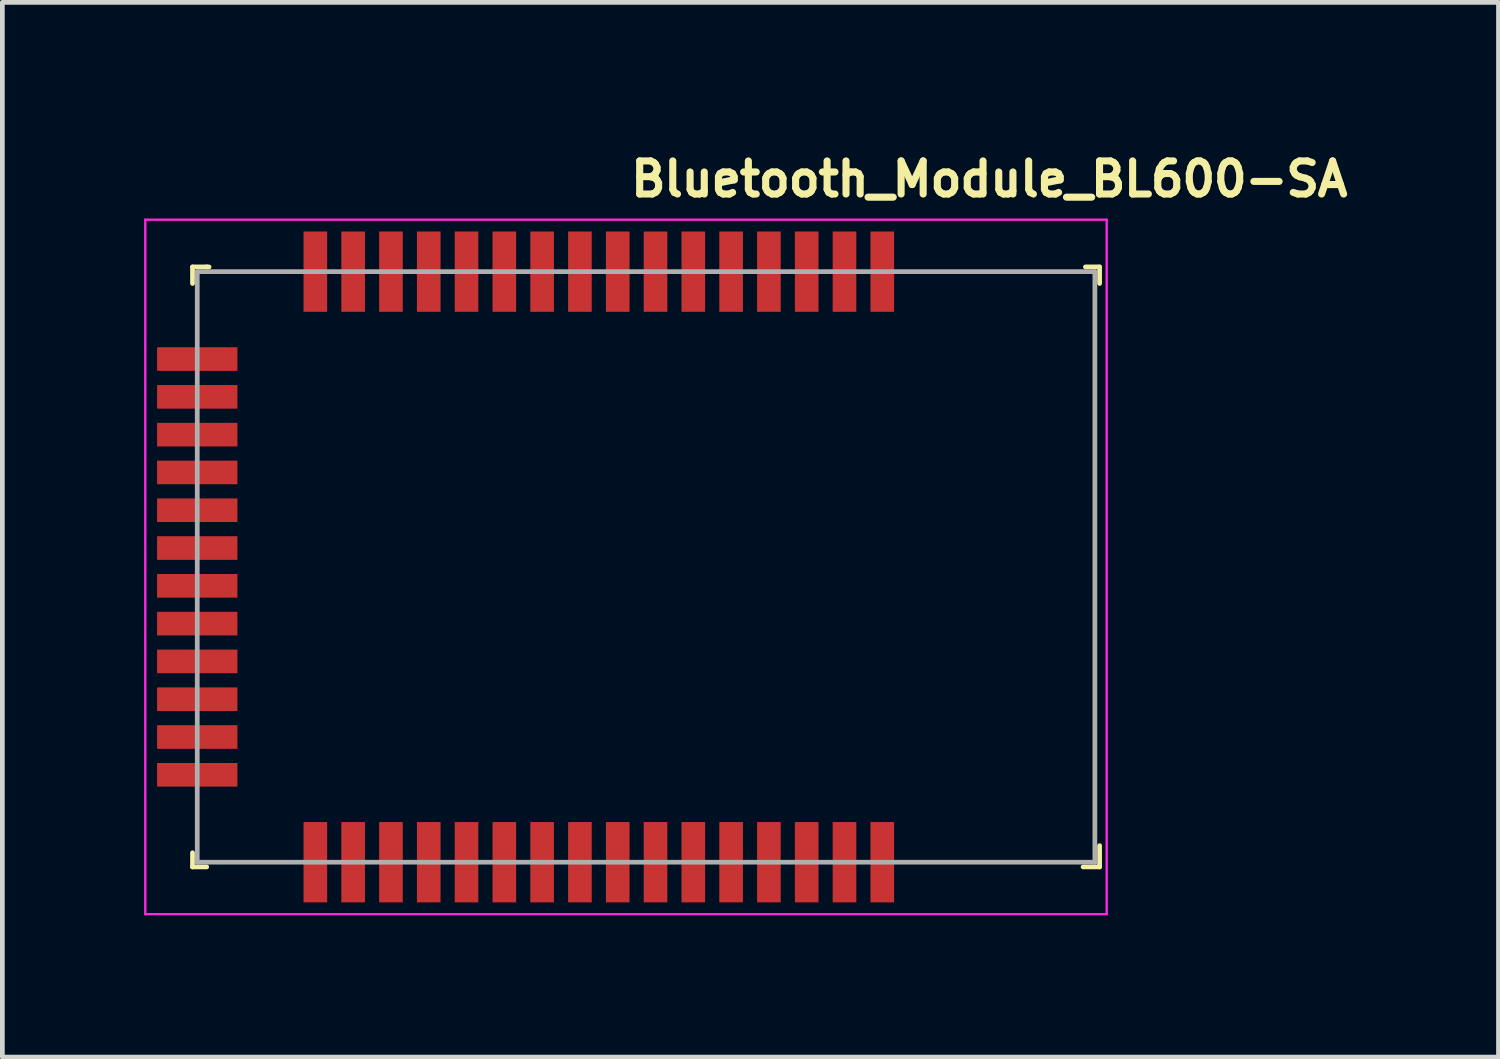
<source format=kicad_pcb>
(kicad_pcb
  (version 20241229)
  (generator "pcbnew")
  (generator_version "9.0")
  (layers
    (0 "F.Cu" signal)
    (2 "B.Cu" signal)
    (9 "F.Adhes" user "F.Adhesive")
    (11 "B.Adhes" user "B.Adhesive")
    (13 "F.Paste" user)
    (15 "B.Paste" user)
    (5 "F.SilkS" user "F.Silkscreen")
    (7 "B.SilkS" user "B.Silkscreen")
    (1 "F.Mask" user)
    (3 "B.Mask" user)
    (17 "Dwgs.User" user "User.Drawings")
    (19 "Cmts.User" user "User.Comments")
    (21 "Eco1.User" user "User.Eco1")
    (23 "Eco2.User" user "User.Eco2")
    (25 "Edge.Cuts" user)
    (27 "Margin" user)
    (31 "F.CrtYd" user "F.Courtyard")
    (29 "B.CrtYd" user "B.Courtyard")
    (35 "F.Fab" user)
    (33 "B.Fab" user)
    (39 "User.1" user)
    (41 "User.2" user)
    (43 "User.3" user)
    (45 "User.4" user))
  (footprint "Bluetooth_Module_BL600-SA"
    (layer "F.Cu")
    (at 10.225 8.55)
    (property "Reference" "Bluetooth_Module_BL600-SA" (at 0 -7.4 0) (layer "F.SilkS") (effects (font (size 0.7 0.7) (thickness 0.15)) (justify left bottom)))
    (attr smd)
    (fp_line (start -9.2 -5.95) (end -9.2 -5.6) (stroke (width 0.1) (type solid)) (layer "F.SilkS"))
    (fp_line (start -9.2 -5.95) (end -8.9 -5.95) (stroke (width 0.1) (type solid)) (layer "F.SilkS"))
    (fp_line (start -9.2 6.75) (end -9.2 6.45) (stroke (width 0.1) (type solid)) (layer "F.SilkS"))
    (fp_line (start -8.9 -5.95) (end -8.85 -5.95) (stroke (width 0.1) (type solid)) (layer "F.SilkS"))
    (fp_line (start -8.9 6.75) (end -9.2 6.75) (stroke (width 0.1) (type solid)) (layer "F.SilkS"))
    (fp_line (start 10 -5.95) (end 9.7 -5.95) (stroke (width 0.1) (type solid)) (layer "F.SilkS"))
    (fp_line (start 10 -5.95) (end 10 -5.6) (stroke (width 0.1) (type solid)) (layer "F.SilkS"))
    (fp_line (start 10 6.75) (end 9.65 6.75) (stroke (width 0.1) (type solid)) (layer "F.SilkS"))
    (fp_line (start 10 6.75) (end 10 6.3) (stroke (width 0.1) (type solid)) (layer "F.SilkS"))
    (fp_line (start -10.2 7.75) (end -10.2 -6.95) (stroke (width 0.05) (type solid)) (layer "F.CrtYd"))
    (fp_line (start 10.15 -6.95) (end -10.2 -6.95) (stroke (width 0.05) (type solid)) (layer "F.CrtYd"))
    (fp_line (start 10.15 7.75) (end -10.2 7.75) (stroke (width 0.05) (type solid)) (layer "F.CrtYd"))
    (fp_line (start 10.15 7.75) (end 10.15 -6.95) (stroke (width 0.05) (type solid)) (layer "F.CrtYd"))
    (fp_line (start -9.1 -5.85) (end -9.1 6.65) (stroke (width 0.1) (type solid)) (layer "F.Fab"))
    (fp_line (start 9.9 -5.85) (end -9.1 -5.85) (stroke (width 0.1) (type solid)) (layer "F.Fab"))
    (fp_line (start 9.9 -5.85) (end 9.9 6.65) (stroke (width 0.1) (type solid)) (layer "F.Fab"))
    (fp_line (start 9.9 6.65) (end -9.1 6.65) (stroke (width 0.1) (type solid)) (layer "F.Fab"))
    (fp_line (start -9.142 -5.877) (end -9.142 6.623) (stroke (width 0.1) (type solid)) (layer "User.9"))
    (fp_line (start -9.142 -5.877) (end -8.848 -5.877) (stroke (width 0.1) (type solid)) (layer "User.9"))
    (fp_line (start -9.142 6.623) (end -8.848 6.623) (stroke (width 0.1) (type solid)) (layer "User.9"))
    (fp_line (start -8.848 -5.877) (end -8.844 -5.798) (stroke (width 0.1) (type solid)) (layer "User.9"))
    (fp_line (start -8.844 -5.798) (end -8.833 -5.719) (stroke (width 0.1) (type solid)) (layer "User.9"))
    (fp_line (start -8.844 6.544) (end -8.848 6.623) (stroke (width 0.1) (type solid)) (layer "User.9"))
    (fp_line (start -8.833 -5.719) (end -8.814 -5.642) (stroke (width 0.1) (type solid)) (layer "User.9"))
    (fp_line (start -8.833 6.466) (end -8.844 6.544) (stroke (width 0.1) (type solid)) (layer "User.9"))
    (fp_line (start -8.814 -5.642) (end -8.787 -5.568) (stroke (width 0.1) (type solid)) (layer "User.9"))
    (fp_line (start -8.814 6.389) (end -8.833 6.466) (stroke (width 0.1) (type solid)) (layer "User.9"))
    (fp_line (start -8.787 -5.568) (end -8.753 -5.496) (stroke (width 0.1) (type solid)) (layer "User.9"))
    (fp_line (start -8.787 6.315) (end -8.814 6.389) (stroke (width 0.1) (type solid)) (layer "User.9"))
    (fp_line (start -8.753 -5.496) (end -8.712 -5.429) (stroke (width 0.1) (type solid)) (layer "User.9"))
    (fp_line (start -8.753 6.243) (end -8.787 6.315) (stroke (width 0.1) (type solid)) (layer "User.9"))
    (fp_line (start -8.712 -5.429) (end -8.665 -5.365) (stroke (width 0.1) (type solid)) (layer "User.9"))
    (fp_line (start -8.712 6.175) (end -8.753 6.243) (stroke (width 0.1) (type solid)) (layer "User.9"))
    (fp_line (start -8.665 -5.365) (end -8.612 -5.306) (stroke (width 0.1) (type solid)) (layer "User.9"))
    (fp_line (start -8.665 6.112) (end -8.712 6.175) (stroke (width 0.1) (type solid)) (layer "User.9"))
    (fp_line (start -8.612 -5.306) (end -8.554 -5.253) (stroke (width 0.1) (type solid)) (layer "User.9"))
    (fp_line (start -8.612 6.053) (end -8.665 6.112) (stroke (width 0.1) (type solid)) (layer "User.9"))
    (fp_line (start -8.554 -5.253) (end -8.49 -5.206) (stroke (width 0.1) (type solid)) (layer "User.9"))
    (fp_line (start -8.554 6) (end -8.612 6.053) (stroke (width 0.1) (type solid)) (layer "User.9"))
    (fp_line (start -8.49 -5.206) (end -8.422 -5.165) (stroke (width 0.1) (type solid)) (layer "User.9"))
    (fp_line (start -8.49 5.953) (end -8.554 6) (stroke (width 0.1) (type solid)) (layer "User.9"))
    (fp_line (start -8.422 -5.165) (end -8.351 -5.131) (stroke (width 0.1) (type solid)) (layer "User.9"))
    (fp_line (start -8.422 5.912) (end -8.49 5.953) (stroke (width 0.1) (type solid)) (layer "User.9"))
    (fp_line (start -8.402 -3.027) (end -8.402 3.773) (stroke (width 0.1) (type solid)) (layer "User.9"))
    (fp_line (start -8.402 3.773) (end -6.102 6.073) (stroke (width 0.1) (type solid)) (layer "User.9"))
    (fp_line (start -8.351 -5.131) (end -8.276 -5.105) (stroke (width 0.1) (type solid)) (layer "User.9"))
    (fp_line (start -8.351 5.878) (end -8.422 5.912) (stroke (width 0.1) (type solid)) (layer "User.9"))
    (fp_line (start -8.276 -5.105) (end -8.199 -5.086) (stroke (width 0.1) (type solid)) (layer "User.9"))
    (fp_line (start -8.276 5.852) (end -8.351 5.878) (stroke (width 0.1) (type solid)) (layer "User.9"))
    (fp_line (start -8.199 -5.086) (end -8.121 -5.074) (stroke (width 0.1) (type solid)) (layer "User.9"))
    (fp_line (start -8.199 5.832) (end -8.276 5.852) (stroke (width 0.1) (type solid)) (layer "User.9"))
    (fp_line (start -8.121 -5.074) (end -8.042 -5.07) (stroke (width 0.1) (type solid)) (layer "User.9"))
    (fp_line (start -8.121 5.821) (end -8.199 5.832) (stroke (width 0.1) (type solid)) (layer "User.9"))
    (fp_line (start -8.042 -5.07) (end -7.963 -5.074) (stroke (width 0.1) (type solid)) (layer "User.9"))
    (fp_line (start -8.042 5.817) (end -8.121 5.821) (stroke (width 0.1) (type solid)) (layer "User.9"))
    (fp_line (start -7.963 -5.074) (end -7.885 -5.086) (stroke (width 0.1) (type solid)) (layer "User.9"))
    (fp_line (start -7.963 5.821) (end -8.042 5.817) (stroke (width 0.1) (type solid)) (layer "User.9"))
    (fp_line (start -7.885 -5.086) (end -7.808 -5.105) (stroke (width 0.1) (type solid)) (layer "User.9"))
    (fp_line (start -7.885 5.832) (end -7.963 5.821) (stroke (width 0.1) (type solid)) (layer "User.9"))
    (fp_line (start -7.808 -5.105) (end -7.733 -5.131) (stroke (width 0.1) (type solid)) (layer "User.9"))
    (fp_line (start -7.808 5.852) (end -7.885 5.832) (stroke (width 0.1) (type solid)) (layer "User.9"))
    (fp_line (start -7.733 -5.131) (end -7.662 -5.165) (stroke (width 0.1) (type solid)) (layer "User.9"))
    (fp_line (start -7.733 5.878) (end -7.808 5.852) (stroke (width 0.1) (type solid)) (layer "User.9"))
    (fp_line (start -7.662 -5.165) (end -7.594 -5.206) (stroke (width 0.1) (type solid)) (layer "User.9"))
    (fp_line (start -7.662 5.912) (end -7.733 5.878) (stroke (width 0.1) (type solid)) (layer "User.9"))
    (fp_line (start -7.594 -5.206) (end -7.53 -5.253) (stroke (width 0.1) (type solid)) (layer "User.9"))
    (fp_line (start -7.594 5.953) (end -7.662 5.912) (stroke (width 0.1) (type solid)) (layer "User.9"))
    (fp_line (start -7.53 -5.253) (end -7.472 -5.306) (stroke (width 0.1) (type solid)) (layer "User.9"))
    (fp_line (start -7.53 6) (end -7.594 5.953) (stroke (width 0.1) (type solid)) (layer "User.9"))
    (fp_line (start -7.472 -5.306) (end -7.419 -5.365) (stroke (width 0.1) (type solid)) (layer "User.9"))
    (fp_line (start -7.472 6.053) (end -7.53 6) (stroke (width 0.1) (type solid)) (layer "User.9"))
    (fp_line (start -7.419 -5.365) (end -7.371 -5.429) (stroke (width 0.1) (type solid)) (layer "User.9"))
    (fp_line (start -7.419 6.112) (end -7.472 6.053) (stroke (width 0.1) (type solid)) (layer "User.9"))
    (fp_line (start -7.371 -5.429) (end -7.331 -5.496) (stroke (width 0.1) (type solid)) (layer "User.9"))
    (fp_line (start -7.371 6.175) (end -7.419 6.112) (stroke (width 0.1) (type solid)) (layer "User.9"))
    (fp_line (start -7.331 -5.496) (end -7.297 -5.568) (stroke (width 0.1) (type solid)) (layer "User.9"))
    (fp_line (start -7.331 6.243) (end -7.371 6.175) (stroke (width 0.1) (type solid)) (layer "User.9"))
    (fp_line (start -7.297 -5.568) (end -7.27 -5.642) (stroke (width 0.1) (type solid)) (layer "User.9"))
    (fp_line (start -7.297 6.315) (end -7.331 6.243) (stroke (width 0.1) (type solid)) (layer "User.9"))
    (fp_line (start -7.27 -5.642) (end -7.251 -5.719) (stroke (width 0.1) (type solid)) (layer "User.9"))
    (fp_line (start -7.27 6.389) (end -7.297 6.315) (stroke (width 0.1) (type solid)) (layer "User.9"))
    (fp_line (start -7.251 -5.719) (end -7.239 -5.798) (stroke (width 0.1) (type solid)) (layer "User.9"))
    (fp_line (start -7.251 6.466) (end -7.27 6.389) (stroke (width 0.1) (type solid)) (layer "User.9"))
    (fp_line (start -7.239 -5.798) (end -7.235 -5.877) (stroke (width 0.1) (type solid)) (layer "User.9"))
    (fp_line (start -7.239 6.544) (end -7.251 6.466) (stroke (width 0.1) (type solid)) (layer "User.9"))
    (fp_line (start -7.235 -5.877) (end 9.858 -5.877) (stroke (width 0.1) (type solid)) (layer "User.9"))
    (fp_line (start -7.235 6.623) (end -7.239 6.544) (stroke (width 0.1) (type solid)) (layer "User.9"))
    (fp_line (start -7.235 6.623) (end 9.858 6.623) (stroke (width 0.1) (type solid)) (layer "User.9"))
    (fp_line (start -6.987 -2.127) (end -6.983 -2.059) (stroke (width 0.1) (type solid)) (layer "User.9"))
    (fp_line (start -6.987 0.373) (end -6.983 0.441) (stroke (width 0.1) (type solid)) (layer "User.9"))
    (fp_line (start -6.987 2.873) (end -6.983 2.941) (stroke (width 0.1) (type solid)) (layer "User.9"))
    (fp_line (start -6.983 -2.194) (end -6.987 -2.127) (stroke (width 0.1) (type solid)) (layer "User.9"))
    (fp_line (start -6.983 -2.059) (end -6.971 -1.992) (stroke (width 0.1) (type solid)) (layer "User.9"))
    (fp_line (start -6.983 0.306) (end -6.987 0.373) (stroke (width 0.1) (type solid)) (layer "User.9"))
    (fp_line (start -6.983 0.441) (end -6.971 0.508) (stroke (width 0.1) (type solid)) (layer "User.9"))
    (fp_line (start -6.983 2.806) (end -6.987 2.873) (stroke (width 0.1) (type solid)) (layer "User.9"))
    (fp_line (start -6.983 2.941) (end -6.971 3.008) (stroke (width 0.1) (type solid)) (layer "User.9"))
    (fp_line (start -6.971 -2.261) (end -6.983 -2.194) (stroke (width 0.1) (type solid)) (layer "User.9"))
    (fp_line (start -6.971 -1.992) (end -6.952 -1.926) (stroke (width 0.1) (type solid)) (layer "User.9"))
    (fp_line (start -6.971 0.239) (end -6.983 0.306) (stroke (width 0.1) (type solid)) (layer "User.9"))
    (fp_line (start -6.971 0.508) (end -6.952 0.574) (stroke (width 0.1) (type solid)) (layer "User.9"))
    (fp_line (start -6.971 2.739) (end -6.983 2.806) (stroke (width 0.1) (type solid)) (layer "User.9"))
    (fp_line (start -6.971 3.008) (end -6.952 3.074) (stroke (width 0.1) (type solid)) (layer "User.9"))
    (fp_line (start -6.952 -2.327) (end -6.971 -2.261) (stroke (width 0.1) (type solid)) (layer "User.9"))
    (fp_line (start -6.952 -1.926) (end -6.925 -1.864) (stroke (width 0.1) (type solid)) (layer "User.9"))
    (fp_line (start -6.952 0.173) (end -6.971 0.239) (stroke (width 0.1) (type solid)) (layer "User.9"))
    (fp_line (start -6.952 0.574) (end -6.925 0.636) (stroke (width 0.1) (type solid)) (layer "User.9"))
    (fp_line (start -6.952 2.673) (end -6.971 2.739) (stroke (width 0.1) (type solid)) (layer "User.9"))
    (fp_line (start -6.952 3.074) (end -6.925 3.136) (stroke (width 0.1) (type solid)) (layer "User.9"))
    (fp_line (start -6.925 -2.389) (end -6.952 -2.327) (stroke (width 0.1) (type solid)) (layer "User.9"))
    (fp_line (start -6.925 -1.864) (end -6.891 -1.805) (stroke (width 0.1) (type solid)) (layer "User.9"))
    (fp_line (start -6.925 0.111) (end -6.952 0.173) (stroke (width 0.1) (type solid)) (layer "User.9"))
    (fp_line (start -6.925 0.636) (end -6.891 0.695) (stroke (width 0.1) (type solid)) (layer "User.9"))
    (fp_line (start -6.925 2.611) (end -6.952 2.673) (stroke (width 0.1) (type solid)) (layer "User.9"))
    (fp_line (start -6.925 3.136) (end -6.891 3.195) (stroke (width 0.1) (type solid)) (layer "User.9"))
    (fp_line (start -6.891 -2.448) (end -6.925 -2.389) (stroke (width 0.1) (type solid)) (layer "User.9"))
    (fp_line (start -6.891 -1.805) (end -6.85 -1.751) (stroke (width 0.1) (type solid)) (layer "User.9"))
    (fp_line (start -6.891 0.052) (end -6.925 0.111) (stroke (width 0.1) (type solid)) (layer "User.9"))
    (fp_line (start -6.891 0.695) (end -6.85 0.749) (stroke (width 0.1) (type solid)) (layer "User.9"))
    (fp_line (start -6.891 2.552) (end -6.925 2.611) (stroke (width 0.1) (type solid)) (layer "User.9"))
    (fp_line (start -6.891 3.195) (end -6.85 3.249) (stroke (width 0.1) (type solid)) (layer "User.9"))
    (fp_line (start -6.85 -2.503) (end -6.891 -2.448) (stroke (width 0.1) (type solid)) (layer "User.9"))
    (fp_line (start -6.85 -1.751) (end -6.803 -1.701) (stroke (width 0.1) (type solid)) (layer "User.9"))
    (fp_line (start -6.85 -0.003) (end -6.891 0.052) (stroke (width 0.1) (type solid)) (layer "User.9"))
    (fp_line (start -6.85 0.749) (end -6.803 0.799) (stroke (width 0.1) (type solid)) (layer "User.9"))
    (fp_line (start -6.85 2.497) (end -6.891 2.552) (stroke (width 0.1) (type solid)) (layer "User.9"))
    (fp_line (start -6.85 3.249) (end -6.803 3.299) (stroke (width 0.1) (type solid)) (layer "User.9"))
    (fp_line (start -6.803 -2.552) (end -6.85 -2.503) (stroke (width 0.1) (type solid)) (layer "User.9"))
    (fp_line (start -6.803 -1.701) (end -6.751 -1.657) (stroke (width 0.1) (type solid)) (layer "User.9"))
    (fp_line (start -6.803 -0.052) (end -6.85 -0.003) (stroke (width 0.1) (type solid)) (layer "User.9"))
    (fp_line (start -6.803 0.799) (end -6.751 0.843) (stroke (width 0.1) (type solid)) (layer "User.9"))
    (fp_line (start -6.803 2.448) (end -6.85 2.497) (stroke (width 0.1) (type solid)) (layer "User.9"))
    (fp_line (start -6.803 3.299) (end -6.751 3.343) (stroke (width 0.1) (type solid)) (layer "User.9"))
    (fp_line (start -6.751 -2.596) (end -6.803 -2.552) (stroke (width 0.1) (type solid)) (layer "User.9"))
    (fp_line (start -6.751 -1.657) (end -6.694 -1.62) (stroke (width 0.1) (type solid)) (layer "User.9"))
    (fp_line (start -6.751 -0.096) (end -6.803 -0.052) (stroke (width 0.1) (type solid)) (layer "User.9"))
    (fp_line (start -6.751 0.843) (end -6.694 0.88) (stroke (width 0.1) (type solid)) (layer "User.9"))
    (fp_line (start -6.751 2.404) (end -6.803 2.448) (stroke (width 0.1) (type solid)) (layer "User.9"))
    (fp_line (start -6.751 3.343) (end -6.694 3.38) (stroke (width 0.1) (type solid)) (layer "User.9"))
    (fp_line (start -6.694 -2.633) (end -6.751 -2.596) (stroke (width 0.1) (type solid)) (layer "User.9"))
    (fp_line (start -6.694 -1.62) (end -6.634 -1.589) (stroke (width 0.1) (type solid)) (layer "User.9"))
    (fp_line (start -6.694 -0.133) (end -6.751 -0.096) (stroke (width 0.1) (type solid)) (layer "User.9"))
    (fp_line (start -6.694 0.88) (end -6.634 0.911) (stroke (width 0.1) (type solid)) (layer "User.9"))
    (fp_line (start -6.694 2.367) (end -6.751 2.404) (stroke (width 0.1) (type solid)) (layer "User.9"))
    (fp_line (start -6.694 3.38) (end -6.634 3.411) (stroke (width 0.1) (type solid)) (layer "User.9"))
    (fp_line (start -6.634 -2.664) (end -6.694 -2.633) (stroke (width 0.1) (type solid)) (layer "User.9"))
    (fp_line (start -6.634 -1.589) (end -6.57 -1.566) (stroke (width 0.1) (type solid)) (layer "User.9"))
    (fp_line (start -6.634 -0.164) (end -6.694 -0.133) (stroke (width 0.1) (type solid)) (layer "User.9"))
    (fp_line (start -6.634 0.911) (end -6.57 0.934) (stroke (width 0.1) (type solid)) (layer "User.9"))
    (fp_line (start -6.634 2.336) (end -6.694 2.367) (stroke (width 0.1) (type solid)) (layer "User.9"))
    (fp_line (start -6.634 3.411) (end -6.57 3.434) (stroke (width 0.1) (type solid)) (layer "User.9"))
    (fp_line (start -6.57 -2.687) (end -6.634 -2.664) (stroke (width 0.1) (type solid)) (layer "User.9"))
    (fp_line (start -6.57 -1.566) (end -6.503 -1.55) (stroke (width 0.1) (type solid)) (layer "User.9"))
    (fp_line (start -6.57 -0.187) (end -6.634 -0.164) (stroke (width 0.1) (type solid)) (layer "User.9"))
    (fp_line (start -6.57 0.934) (end -6.503 0.95) (stroke (width 0.1) (type solid)) (layer "User.9"))
    (fp_line (start -6.57 2.313) (end -6.634 2.336) (stroke (width 0.1) (type solid)) (layer "User.9"))
    (fp_line (start -6.57 3.434) (end -6.503 3.45) (stroke (width 0.1) (type solid)) (layer "User.9"))
    (fp_line (start -6.503 -2.703) (end -6.57 -2.687) (stroke (width 0.1) (type solid)) (layer "User.9"))
    (fp_line (start -6.503 -1.55) (end -6.436 -1.543) (stroke (width 0.1) (type solid)) (layer "User.9"))
    (fp_line (start -6.503 -0.203) (end -6.57 -0.187) (stroke (width 0.1) (type solid)) (layer "User.9"))
    (fp_line (start -6.503 0.95) (end -6.436 0.957) (stroke (width 0.1) (type solid)) (layer "User.9"))
    (fp_line (start -6.503 2.297) (end -6.57 2.313) (stroke (width 0.1) (type solid)) (layer "User.9"))
    (fp_line (start -6.503 3.45) (end -6.436 3.457) (stroke (width 0.1) (type solid)) (layer "User.9"))
    (fp_line (start -6.436 -2.711) (end -6.503 -2.703) (stroke (width 0.1) (type solid)) (layer "User.9"))
    (fp_line (start -6.436 -1.543) (end -6.368 -1.543) (stroke (width 0.1) (type solid)) (layer "User.9"))
    (fp_line (start -6.436 -0.211) (end -6.503 -0.203) (stroke (width 0.1) (type solid)) (layer "User.9"))
    (fp_line (start -6.436 0.957) (end -6.368 0.957) (stroke (width 0.1) (type solid)) (layer "User.9"))
    (fp_line (start -6.436 2.289) (end -6.503 2.297) (stroke (width 0.1) (type solid)) (layer "User.9"))
    (fp_line (start -6.436 3.457) (end -6.368 3.457) (stroke (width 0.1) (type solid)) (layer "User.9"))
    (fp_line (start -6.368 -2.711) (end -6.436 -2.711) (stroke (width 0.1) (type solid)) (layer "User.9"))
    (fp_line (start -6.368 -1.543) (end -6.3 -1.55) (stroke (width 0.1) (type solid)) (layer "User.9"))
    (fp_line (start -6.368 -0.211) (end -6.436 -0.211) (stroke (width 0.1) (type solid)) (layer "User.9"))
    (fp_line (start -6.368 0.957) (end -6.3 0.95) (stroke (width 0.1) (type solid)) (layer "User.9"))
    (fp_line (start -6.368 2.289) (end -6.436 2.289) (stroke (width 0.1) (type solid)) (layer "User.9"))
    (fp_line (start -6.368 3.457) (end -6.3 3.45) (stroke (width 0.1) (type solid)) (layer "User.9"))
    (fp_line (start -6.3 -2.703) (end -6.368 -2.711) (stroke (width 0.1) (type solid)) (layer "User.9"))
    (fp_line (start -6.3 -1.55) (end -6.234 -1.566) (stroke (width 0.1) (type solid)) (layer "User.9"))
    (fp_line (start -6.3 -0.203) (end -6.368 -0.211) (stroke (width 0.1) (type solid)) (layer "User.9"))
    (fp_line (start -6.3 0.95) (end -6.234 0.934) (stroke (width 0.1) (type solid)) (layer "User.9"))
    (fp_line (start -6.3 2.297) (end -6.368 2.289) (stroke (width 0.1) (type solid)) (layer "User.9"))
    (fp_line (start -6.3 3.45) (end -6.234 3.434) (stroke (width 0.1) (type solid)) (layer "User.9"))
    (fp_line (start -6.234 -2.687) (end -6.3 -2.703) (stroke (width 0.1) (type solid)) (layer "User.9"))
    (fp_line (start -6.234 -1.566) (end -6.17 -1.589) (stroke (width 0.1) (type solid)) (layer "User.9"))
    (fp_line (start -6.234 -0.187) (end -6.3 -0.203) (stroke (width 0.1) (type solid)) (layer "User.9"))
    (fp_line (start -6.234 0.934) (end -6.17 0.911) (stroke (width 0.1) (type solid)) (layer "User.9"))
    (fp_line (start -6.234 2.313) (end -6.3 2.297) (stroke (width 0.1) (type solid)) (layer "User.9"))
    (fp_line (start -6.234 3.434) (end -6.17 3.411) (stroke (width 0.1) (type solid)) (layer "User.9"))
    (fp_line (start -6.17 -2.664) (end -6.234 -2.687) (stroke (width 0.1) (type solid)) (layer "User.9"))
    (fp_line (start -6.17 -1.589) (end -6.109 -1.62) (stroke (width 0.1) (type solid)) (layer "User.9"))
    (fp_line (start -6.17 -0.164) (end -6.234 -0.187) (stroke (width 0.1) (type solid)) (layer "User.9"))
    (fp_line (start -6.17 0.911) (end -6.109 0.88) (stroke (width 0.1) (type solid)) (layer "User.9"))
    (fp_line (start -6.17 2.336) (end -6.234 2.313) (stroke (width 0.1) (type solid)) (layer "User.9"))
    (fp_line (start -6.17 3.411) (end -6.109 3.38) (stroke (width 0.1) (type solid)) (layer "User.9"))
    (fp_line (start -6.109 -2.633) (end -6.17 -2.664) (stroke (width 0.1) (type solid)) (layer "User.9"))
    (fp_line (start -6.109 -1.62) (end -6.053 -1.657) (stroke (width 0.1) (type solid)) (layer "User.9"))
    (fp_line (start -6.109 -0.133) (end -6.17 -0.164) (stroke (width 0.1) (type solid)) (layer "User.9"))
    (fp_line (start -6.109 0.88) (end -6.053 0.843) (stroke (width 0.1) (type solid)) (layer "User.9"))
    (fp_line (start -6.109 2.367) (end -6.17 2.336) (stroke (width 0.1) (type solid)) (layer "User.9"))
    (fp_line (start -6.109 3.38) (end -6.053 3.343) (stroke (width 0.1) (type solid)) (layer "User.9"))
    (fp_line (start -6.102 -5.327) (end -8.402 -3.027) (stroke (width 0.1) (type solid)) (layer "User.9"))
    (fp_line (start -6.102 6.073) (end 5.818 6.073) (stroke (width 0.1) (type solid)) (layer "User.9"))
    (fp_line (start -6.053 -2.596) (end -6.109 -2.633) (stroke (width 0.1) (type solid)) (layer "User.9"))
    (fp_line (start -6.053 -1.657) (end -6 -1.701) (stroke (width 0.1) (type solid)) (layer "User.9"))
    (fp_line (start -6.053 -0.096) (end -6.109 -0.133) (stroke (width 0.1) (type solid)) (layer "User.9"))
    (fp_line (start -6.053 0.843) (end -6 0.799) (stroke (width 0.1) (type solid)) (layer "User.9"))
    (fp_line (start -6.053 2.404) (end -6.109 2.367) (stroke (width 0.1) (type solid)) (layer "User.9"))
    (fp_line (start -6.053 3.343) (end -6 3.299) (stroke (width 0.1) (type solid)) (layer "User.9"))
    (fp_line (start -6 -2.552) (end -6.053 -2.596) (stroke (width 0.1) (type solid)) (layer "User.9"))
    (fp_line (start -6 -1.701) (end -5.954 -1.751) (stroke (width 0.1) (type solid)) (layer "User.9"))
    (fp_line (start -6 -0.052) (end -6.053 -0.096) (stroke (width 0.1) (type solid)) (layer "User.9"))
    (fp_line (start -6 0.799) (end -5.954 0.749) (stroke (width 0.1) (type solid)) (layer "User.9"))
    (fp_line (start -6 2.448) (end -6.053 2.404) (stroke (width 0.1) (type solid)) (layer "User.9"))
    (fp_line (start -6 3.299) (end -5.954 3.249) (stroke (width 0.1) (type solid)) (layer "User.9"))
    (fp_line (start -5.954 -2.503) (end -6 -2.552) (stroke (width 0.1) (type solid)) (layer "User.9"))
    (fp_line (start -5.954 -1.751) (end -5.913 -1.805) (stroke (width 0.1) (type solid)) (layer "User.9"))
    (fp_line (start -5.954 -0.003) (end -6 -0.052) (stroke (width 0.1) (type solid)) (layer "User.9"))
    (fp_line (start -5.954 0.749) (end -5.913 0.695) (stroke (width 0.1) (type solid)) (layer "User.9"))
    (fp_line (start -5.954 2.497) (end -6 2.448) (stroke (width 0.1) (type solid)) (layer "User.9"))
    (fp_line (start -5.954 3.249) (end -5.913 3.195) (stroke (width 0.1) (type solid)) (layer "User.9"))
    (fp_line (start -5.913 -2.448) (end -5.954 -2.503) (stroke (width 0.1) (type solid)) (layer "User.9"))
    (fp_line (start -5.913 -1.805) (end -5.879 -1.864) (stroke (width 0.1) (type solid)) (layer "User.9"))
    (fp_line (start -5.913 0.052) (end -5.954 -0.003) (stroke (width 0.1) (type solid)) (layer "User.9"))
    (fp_line (start -5.913 0.695) (end -5.879 0.636) (stroke (width 0.1) (type solid)) (layer "User.9"))
    (fp_line (start -5.913 2.552) (end -5.954 2.497) (stroke (width 0.1) (type solid)) (layer "User.9"))
    (fp_line (start -5.913 3.195) (end -5.879 3.136) (stroke (width 0.1) (type solid)) (layer "User.9"))
    (fp_line (start -5.879 -2.389) (end -5.913 -2.448) (stroke (width 0.1) (type solid)) (layer "User.9"))
    (fp_line (start -5.879 -1.864) (end -5.852 -1.926) (stroke (width 0.1) (type solid)) (layer "User.9"))
    (fp_line (start -5.879 0.111) (end -5.913 0.052) (stroke (width 0.1) (type solid)) (layer "User.9"))
    (fp_line (start -5.879 0.636) (end -5.852 0.574) (stroke (width 0.1) (type solid)) (layer "User.9"))
    (fp_line (start -5.879 2.611) (end -5.913 2.552) (stroke (width 0.1) (type solid)) (layer "User.9"))
    (fp_line (start -5.879 3.136) (end -5.852 3.074) (stroke (width 0.1) (type solid)) (layer "User.9"))
    (fp_line (start -5.852 -2.327) (end -5.879 -2.389) (stroke (width 0.1) (type solid)) (layer "User.9"))
    (fp_line (start -5.852 -1.926) (end -5.833 -1.992) (stroke (width 0.1) (type solid)) (layer "User.9"))
    (fp_line (start -5.852 0.173) (end -5.879 0.111) (stroke (width 0.1) (type solid)) (layer "User.9"))
    (fp_line (start -5.852 0.574) (end -5.833 0.508) (stroke (width 0.1) (type solid)) (layer "User.9"))
    (fp_line (start -5.852 2.673) (end -5.879 2.611) (stroke (width 0.1) (type solid)) (layer "User.9"))
    (fp_line (start -5.852 3.074) (end -5.833 3.008) (stroke (width 0.1) (type solid)) (layer "User.9"))
    (fp_line (start -5.833 -2.261) (end -5.852 -2.327) (stroke (width 0.1) (type solid)) (layer "User.9"))
    (fp_line (start -5.833 -1.992) (end -5.821 -2.059) (stroke (width 0.1) (type solid)) (layer "User.9"))
    (fp_line (start -5.833 0.239) (end -5.852 0.173) (stroke (width 0.1) (type solid)) (layer "User.9"))
    (fp_line (start -5.833 0.508) (end -5.821 0.441) (stroke (width 0.1) (type solid)) (layer "User.9"))
    (fp_line (start -5.833 2.739) (end -5.852 2.673) (stroke (width 0.1) (type solid)) (layer "User.9"))
    (fp_line (start -5.833 3.008) (end -5.821 2.941) (stroke (width 0.1) (type solid)) (layer "User.9"))
    (fp_line (start -5.821 -2.194) (end -5.833 -2.261) (stroke (width 0.1) (type solid)) (layer "User.9"))
    (fp_line (start -5.821 -2.059) (end -5.817 -2.127) (stroke (width 0.1) (type solid)) (layer "User.9"))
    (fp_line (start -5.821 0.306) (end -5.833 0.239) (stroke (width 0.1) (type solid)) (layer "User.9"))
    (fp_line (start -5.821 0.441) (end -5.817 0.373) (stroke (width 0.1) (type solid)) (layer "User.9"))
    (fp_line (start -5.821 2.806) (end -5.833 2.739) (stroke (width 0.1) (type solid)) (layer "User.9"))
    (fp_line (start -5.821 2.941) (end -5.817 2.873) (stroke (width 0.1) (type solid)) (layer "User.9"))
    (fp_line (start -5.817 -2.127) (end -5.821 -2.194) (stroke (width 0.1) (type solid)) (layer "User.9"))
    (fp_line (start -5.817 0.373) (end -5.821 0.306) (stroke (width 0.1) (type solid)) (layer "User.9"))
    (fp_line (start -5.817 2.873) (end -5.821 2.806) (stroke (width 0.1) (type solid)) (layer "User.9"))
    (fp_line (start -4.287 -3.827) (end -4.283 -3.759) (stroke (width 0.1) (type solid)) (layer "User.9"))
    (fp_line (start -4.287 4.573) (end -4.283 4.641) (stroke (width 0.1) (type solid)) (layer "User.9"))
    (fp_line (start -4.283 -3.894) (end -4.287 -3.827) (stroke (width 0.1) (type solid)) (layer "User.9"))
    (fp_line (start -4.283 -3.759) (end -4.271 -3.692) (stroke (width 0.1) (type solid)) (layer "User.9"))
    (fp_line (start -4.283 4.506) (end -4.287 4.573) (stroke (width 0.1) (type solid)) (layer "User.9"))
    (fp_line (start -4.283 4.641) (end -4.271 4.708) (stroke (width 0.1) (type solid)) (layer "User.9"))
    (fp_line (start -4.271 -3.961) (end -4.283 -3.894) (stroke (width 0.1) (type solid)) (layer "User.9"))
    (fp_line (start -4.271 -3.692) (end -4.252 -3.626) (stroke (width 0.1) (type solid)) (layer "User.9"))
    (fp_line (start -4.271 4.439) (end -4.283 4.506) (stroke (width 0.1) (type solid)) (layer "User.9"))
    (fp_line (start -4.271 4.708) (end -4.252 4.774) (stroke (width 0.1) (type solid)) (layer "User.9"))
    (fp_line (start -4.252 -4.027) (end -4.271 -3.961) (stroke (width 0.1) (type solid)) (layer "User.9"))
    (fp_line (start -4.252 -3.626) (end -4.225 -3.564) (stroke (width 0.1) (type solid)) (layer "User.9"))
    (fp_line (start -4.252 4.373) (end -4.271 4.439) (stroke (width 0.1) (type solid)) (layer "User.9"))
    (fp_line (start -4.252 4.774) (end -4.225 4.836) (stroke (width 0.1) (type solid)) (layer "User.9"))
    (fp_line (start -4.225 -4.089) (end -4.252 -4.027) (stroke (width 0.1) (type solid)) (layer "User.9"))
    (fp_line (start -4.225 -3.564) (end -4.191 -3.505) (stroke (width 0.1) (type solid)) (layer "User.9"))
    (fp_line (start -4.225 4.311) (end -4.252 4.373) (stroke (width 0.1) (type solid)) (layer "User.9"))
    (fp_line (start -4.225 4.836) (end -4.191 4.895) (stroke (width 0.1) (type solid)) (layer "User.9"))
    (fp_line (start -4.191 -4.148) (end -4.225 -4.089) (stroke (width 0.1) (type solid)) (layer "User.9"))
    (fp_line (start -4.191 -3.505) (end -4.15 -3.451) (stroke (width 0.1) (type solid)) (layer "User.9"))
    (fp_line (start -4.191 4.252) (end -4.225 4.311) (stroke (width 0.1) (type solid)) (layer "User.9"))
    (fp_line (start -4.191 4.895) (end -4.15 4.949) (stroke (width 0.1) (type solid)) (layer "User.9"))
    (fp_line (start -4.15 -4.203) (end -4.191 -4.148) (stroke (width 0.1) (type solid)) (layer "User.9"))
    (fp_line (start -4.15 -3.451) (end -4.103 -3.401) (stroke (width 0.1) (type solid)) (layer "User.9"))
    (fp_line (start -4.15 4.197) (end -4.191 4.252) (stroke (width 0.1) (type solid)) (layer "User.9"))
    (fp_line (start -4.15 4.949) (end -4.103 4.999) (stroke (width 0.1) (type solid)) (layer "User.9"))
    (fp_line (start -4.103 -4.252) (end -4.15 -4.203) (stroke (width 0.1) (type solid)) (layer "User.9"))
    (fp_line (start -4.103 -3.401) (end -4.051 -3.357) (stroke (width 0.1) (type solid)) (layer "User.9"))
    (fp_line (start -4.103 4.148) (end -4.15 4.197) (stroke (width 0.1) (type solid)) (layer "User.9"))
    (fp_line (start -4.103 4.999) (end -4.051 5.043) (stroke (width 0.1) (type solid)) (layer "User.9"))
    (fp_line (start -4.051 -4.296) (end -4.103 -4.252) (stroke (width 0.1) (type solid)) (layer "User.9"))
    (fp_line (start -4.051 -3.357) (end -3.994 -3.32) (stroke (width 0.1) (type solid)) (layer "User.9"))
    (fp_line (start -4.051 4.104) (end -4.103 4.148) (stroke (width 0.1) (type solid)) (layer "User.9"))
    (fp_line (start -4.051 5.043) (end -3.994 5.08) (stroke (width 0.1) (type solid)) (layer "User.9"))
    (fp_line (start -3.994 -4.333) (end -4.051 -4.296) (stroke (width 0.1) (type solid)) (layer "User.9"))
    (fp_line (start -3.994 -3.32) (end -3.934 -3.289) (stroke (width 0.1) (type solid)) (layer "User.9"))
    (fp_line (start -3.994 4.067) (end -4.051 4.104) (stroke (width 0.1) (type solid)) (layer "User.9"))
    (fp_line (start -3.994 5.08) (end -3.934 5.111) (stroke (width 0.1) (type solid)) (layer "User.9"))
    (fp_line (start -3.934 -4.364) (end -3.994 -4.333) (stroke (width 0.1) (type solid)) (layer "User.9"))
    (fp_line (start -3.934 -3.289) (end -3.87 -3.266) (stroke (width 0.1) (type solid)) (layer "User.9"))
    (fp_line (start -3.934 4.036) (end -3.994 4.067) (stroke (width 0.1) (type solid)) (layer "User.9"))
    (fp_line (start -3.934 5.111) (end -3.87 5.134) (stroke (width 0.1) (type solid)) (layer "User.9"))
    (fp_line (start -3.87 -4.387) (end -3.934 -4.364) (stroke (width 0.1) (type solid)) (layer "User.9"))
    (fp_line (start -3.87 -3.266) (end -3.803 -3.25) (stroke (width 0.1) (type solid)) (layer "User.9"))
    (fp_line (start -3.87 4.013) (end -3.934 4.036) (stroke (width 0.1) (type solid)) (layer "User.9"))
    (fp_line (start -3.87 5.134) (end -3.803 5.15) (stroke (width 0.1) (type solid)) (layer "User.9"))
    (fp_line (start -3.803 -4.403) (end -3.87 -4.387) (stroke (width 0.1) (type solid)) (layer "User.9"))
    (fp_line (start -3.803 -3.25) (end -3.736 -3.243) (stroke (width 0.1) (type solid)) (layer "User.9"))
    (fp_line (start -3.803 3.997) (end -3.87 4.013) (stroke (width 0.1) (type solid)) (layer "User.9"))
    (fp_line (start -3.803 5.15) (end -3.736 5.157) (stroke (width 0.1) (type solid)) (layer "User.9"))
    (fp_line (start -3.736 -4.411) (end -3.803 -4.403) (stroke (width 0.1) (type solid)) (layer "User.9"))
    (fp_line (start -3.736 -3.243) (end -3.668 -3.243) (stroke (width 0.1) (type solid)) (layer "User.9"))
    (fp_line (start -3.736 3.989) (end -3.803 3.997) (stroke (width 0.1) (type solid)) (layer "User.9"))
    (fp_line (start -3.736 5.157) (end -3.668 5.157) (stroke (width 0.1) (type solid)) (layer "User.9"))
    (fp_line (start -3.668 -4.411) (end -3.736 -4.411) (stroke (width 0.1) (type solid)) (layer "User.9"))
    (fp_line (start -3.668 -3.243) (end -3.6 -3.25) (stroke (width 0.1) (type solid)) (layer "User.9"))
    (fp_line (start -3.668 3.989) (end -3.736 3.989) (stroke (width 0.1) (type solid)) (layer "User.9"))
    (fp_line (start -3.668 5.157) (end -3.6 5.15) (stroke (width 0.1) (type solid)) (layer "User.9"))
    (fp_line (start -3.6 -4.403) (end -3.668 -4.411) (stroke (width 0.1) (type solid)) (layer "User.9"))
    (fp_line (start -3.6 -3.25) (end -3.534 -3.266) (stroke (width 0.1) (type solid)) (layer "User.9"))
    (fp_line (start -3.6 3.997) (end -3.668 3.989) (stroke (width 0.1) (type solid)) (layer "User.9"))
    (fp_line (start -3.6 5.15) (end -3.534 5.134) (stroke (width 0.1) (type solid)) (layer "User.9"))
    (fp_line (start -3.534 -4.387) (end -3.6 -4.403) (stroke (width 0.1) (type solid)) (layer "User.9"))
    (fp_line (start -3.534 -3.266) (end -3.47 -3.289) (stroke (width 0.1) (type solid)) (layer "User.9"))
    (fp_line (start -3.534 4.013) (end -3.6 3.997) (stroke (width 0.1) (type solid)) (layer "User.9"))
    (fp_line (start -3.534 5.134) (end -3.47 5.111) (stroke (width 0.1) (type solid)) (layer "User.9"))
    (fp_line (start -3.47 -4.364) (end -3.534 -4.387) (stroke (width 0.1) (type solid)) (layer "User.9"))
    (fp_line (start -3.47 -3.289) (end -3.409 -3.32) (stroke (width 0.1) (type solid)) (layer "User.9"))
    (fp_line (start -3.47 4.036) (end -3.534 4.013) (stroke (width 0.1) (type solid)) (layer "User.9"))
    (fp_line (start -3.47 5.111) (end -3.409 5.08) (stroke (width 0.1) (type solid)) (layer "User.9"))
    (fp_line (start -3.409 -4.333) (end -3.47 -4.364) (stroke (width 0.1) (type solid)) (layer "User.9"))
    (fp_line (start -3.409 -3.32) (end -3.353 -3.357) (stroke (width 0.1) (type solid)) (layer "User.9"))
    (fp_line (start -3.409 4.067) (end -3.47 4.036) (stroke (width 0.1) (type solid)) (layer "User.9"))
    (fp_line (start -3.409 5.08) (end -3.353 5.043) (stroke (width 0.1) (type solid)) (layer "User.9"))
    (fp_line (start -3.353 -4.296) (end -3.409 -4.333) (stroke (width 0.1) (type solid)) (layer "User.9"))
    (fp_line (start -3.353 -3.357) (end -3.3 -3.401) (stroke (width 0.1) (type solid)) (layer "User.9"))
    (fp_line (start -3.353 4.104) (end -3.409 4.067) (stroke (width 0.1) (type solid)) (layer "User.9"))
    (fp_line (start -3.353 5.043) (end -3.3 4.999) (stroke (width 0.1) (type solid)) (layer "User.9"))
    (fp_line (start -3.3 -4.252) (end -3.353 -4.296) (stroke (width 0.1) (type solid)) (layer "User.9"))
    (fp_line (start -3.3 -3.401) (end -3.254 -3.451) (stroke (width 0.1) (type solid)) (layer "User.9"))
    (fp_line (start -3.3 4.148) (end -3.353 4.104) (stroke (width 0.1) (type solid)) (layer "User.9"))
    (fp_line (start -3.3 4.999) (end -3.254 4.949) (stroke (width 0.1) (type solid)) (layer "User.9"))
    (fp_line (start -3.254 -4.203) (end -3.3 -4.252) (stroke (width 0.1) (type solid)) (layer "User.9"))
    (fp_line (start -3.254 -3.451) (end -3.213 -3.505) (stroke (width 0.1) (type solid)) (layer "User.9"))
    (fp_line (start -3.254 4.197) (end -3.3 4.148) (stroke (width 0.1) (type solid)) (layer "User.9"))
    (fp_line (start -3.254 4.949) (end -3.213 4.895) (stroke (width 0.1) (type solid)) (layer "User.9"))
    (fp_line (start -3.213 -4.148) (end -3.254 -4.203) (stroke (width 0.1) (type solid)) (layer "User.9"))
    (fp_line (start -3.213 -3.505) (end -3.179 -3.564) (stroke (width 0.1) (type solid)) (layer "User.9"))
    (fp_line (start -3.213 4.252) (end -3.254 4.197) (stroke (width 0.1) (type solid)) (layer "User.9"))
    (fp_line (start -3.213 4.895) (end -3.179 4.836) (stroke (width 0.1) (type solid)) (layer "User.9"))
    (fp_line (start -3.179 -4.089) (end -3.213 -4.148) (stroke (width 0.1) (type solid)) (layer "User.9"))
    (fp_line (start -3.179 -3.564) (end -3.152 -3.626) (stroke (width 0.1) (type solid)) (layer "User.9"))
    (fp_line (start -3.179 4.311) (end -3.213 4.252) (stroke (width 0.1) (type solid)) (layer "User.9"))
    (fp_line (start -3.179 4.836) (end -3.152 4.774) (stroke (width 0.1) (type solid)) (layer "User.9"))
    (fp_line (start -3.152 -4.027) (end -3.179 -4.089) (stroke (width 0.1) (type solid)) (layer "User.9"))
    (fp_line (start -3.152 -3.626) (end -3.133 -3.692) (stroke (width 0.1) (type solid)) (layer "User.9"))
    (fp_line (start -3.152 4.373) (end -3.179 4.311) (stroke (width 0.1) (type solid)) (layer "User.9"))
    (fp_line (start -3.152 4.774) (end -3.133 4.708) (stroke (width 0.1) (type solid)) (layer "User.9"))
    (fp_line (start -3.133 -3.961) (end -3.152 -4.027) (stroke (width 0.1) (type solid)) (layer "User.9"))
    (fp_line (start -3.133 -3.692) (end -3.121 -3.759) (stroke (width 0.1) (type solid)) (layer "User.9"))
    (fp_line (start -3.133 4.439) (end -3.152 4.373) (stroke (width 0.1) (type solid)) (layer "User.9"))
    (fp_line (start -3.133 4.708) (end -3.121 4.641) (stroke (width 0.1) (type solid)) (layer "User.9"))
    (fp_line (start -3.121 -3.894) (end -3.133 -3.961) (stroke (width 0.1) (type solid)) (layer "User.9"))
    (fp_line (start -3.121 -3.759) (end -3.117 -3.827) (stroke (width 0.1) (type solid)) (layer "User.9"))
    (fp_line (start -3.121 4.506) (end -3.133 4.439) (stroke (width 0.1) (type solid)) (layer "User.9"))
    (fp_line (start -3.121 4.641) (end -3.117 4.573) (stroke (width 0.1) (type solid)) (layer "User.9"))
    (fp_line (start -3.117 -3.827) (end -3.121 -3.894) (stroke (width 0.1) (type solid)) (layer "User.9"))
    (fp_line (start -3.117 4.573) (end -3.121 4.506) (stroke (width 0.1) (type solid)) (layer "User.9"))
    (fp_line (start -1.867 -3.827) (end -1.863 -3.759) (stroke (width 0.1) (type solid)) (layer "User.9"))
    (fp_line (start -1.867 4.573) (end -1.863 4.641) (stroke (width 0.1) (type solid)) (layer "User.9"))
    (fp_line (start -1.863 -3.894) (end -1.867 -3.827) (stroke (width 0.1) (type solid)) (layer "User.9"))
    (fp_line (start -1.863 -3.759) (end -1.851 -3.692) (stroke (width 0.1) (type solid)) (layer "User.9"))
    (fp_line (start -1.863 4.506) (end -1.867 4.573) (stroke (width 0.1) (type solid)) (layer "User.9"))
    (fp_line (start -1.863 4.641) (end -1.851 4.708) (stroke (width 0.1) (type solid)) (layer "User.9"))
    (fp_line (start -1.851 -3.961) (end -1.863 -3.894) (stroke (width 0.1) (type solid)) (layer "User.9"))
    (fp_line (start -1.851 -3.692) (end -1.832 -3.626) (stroke (width 0.1) (type solid)) (layer "User.9"))
    (fp_line (start -1.851 4.439) (end -1.863 4.506) (stroke (width 0.1) (type solid)) (layer "User.9"))
    (fp_line (start -1.851 4.708) (end -1.832 4.774) (stroke (width 0.1) (type solid)) (layer "User.9"))
    (fp_line (start -1.832 -4.027) (end -1.851 -3.961) (stroke (width 0.1) (type solid)) (layer "User.9"))
    (fp_line (start -1.832 -3.626) (end -1.805 -3.564) (stroke (width 0.1) (type solid)) (layer "User.9"))
    (fp_line (start -1.832 4.373) (end -1.851 4.439) (stroke (width 0.1) (type solid)) (layer "User.9"))
    (fp_line (start -1.832 4.774) (end -1.805 4.836) (stroke (width 0.1) (type solid)) (layer "User.9"))
    (fp_line (start -1.805 -4.089) (end -1.832 -4.027) (stroke (width 0.1) (type solid)) (layer "User.9"))
    (fp_line (start -1.805 -3.564) (end -1.771 -3.505) (stroke (width 0.1) (type solid)) (layer "User.9"))
    (fp_line (start -1.805 4.311) (end -1.832 4.373) (stroke (width 0.1) (type solid)) (layer "User.9"))
    (fp_line (start -1.805 4.836) (end -1.771 4.895) (stroke (width 0.1) (type solid)) (layer "User.9"))
    (fp_line (start -1.771 -4.148) (end -1.805 -4.089) (stroke (width 0.1) (type solid)) (layer "User.9"))
    (fp_line (start -1.771 -3.505) (end -1.73 -3.451) (stroke (width 0.1) (type solid)) (layer "User.9"))
    (fp_line (start -1.771 4.252) (end -1.805 4.311) (stroke (width 0.1) (type solid)) (layer "User.9"))
    (fp_line (start -1.771 4.895) (end -1.73 4.949) (stroke (width 0.1) (type solid)) (layer "User.9"))
    (fp_line (start -1.73 -4.203) (end -1.771 -4.148) (stroke (width 0.1) (type solid)) (layer "User.9"))
    (fp_line (start -1.73 -3.451) (end -1.683 -3.401) (stroke (width 0.1) (type solid)) (layer "User.9"))
    (fp_line (start -1.73 4.197) (end -1.771 4.252) (stroke (width 0.1) (type solid)) (layer "User.9"))
    (fp_line (start -1.73 4.949) (end -1.683 4.999) (stroke (width 0.1) (type solid)) (layer "User.9"))
    (fp_line (start -1.683 -4.252) (end -1.73 -4.203) (stroke (width 0.1) (type solid)) (layer "User.9"))
    (fp_line (start -1.683 -3.401) (end -1.631 -3.357) (stroke (width 0.1) (type solid)) (layer "User.9"))
    (fp_line (start -1.683 4.148) (end -1.73 4.197) (stroke (width 0.1) (type solid)) (layer "User.9"))
    (fp_line (start -1.683 4.999) (end -1.631 5.043) (stroke (width 0.1) (type solid)) (layer "User.9"))
    (fp_line (start -1.631 -4.296) (end -1.683 -4.252) (stroke (width 0.1) (type solid)) (layer "User.9"))
    (fp_line (start -1.631 -3.357) (end -1.574 -3.32) (stroke (width 0.1) (type solid)) (layer "User.9"))
    (fp_line (start -1.631 4.104) (end -1.683 4.148) (stroke (width 0.1) (type solid)) (layer "User.9"))
    (fp_line (start -1.631 5.043) (end -1.574 5.08) (stroke (width 0.1) (type solid)) (layer "User.9"))
    (fp_line (start -1.574 -4.333) (end -1.631 -4.296) (stroke (width 0.1) (type solid)) (layer "User.9"))
    (fp_line (start -1.574 -3.32) (end -1.514 -3.289) (stroke (width 0.1) (type solid)) (layer "User.9"))
    (fp_line (start -1.574 4.067) (end -1.631 4.104) (stroke (width 0.1) (type solid)) (layer "User.9"))
    (fp_line (start -1.574 5.08) (end -1.514 5.111) (stroke (width 0.1) (type solid)) (layer "User.9"))
    (fp_line (start -1.514 -4.364) (end -1.574 -4.333) (stroke (width 0.1) (type solid)) (layer "User.9"))
    (fp_line (start -1.514 -3.289) (end -1.45 -3.266) (stroke (width 0.1) (type solid)) (layer "User.9"))
    (fp_line (start -1.514 4.036) (end -1.574 4.067) (stroke (width 0.1) (type solid)) (layer "User.9"))
    (fp_line (start -1.514 5.111) (end -1.45 5.134) (stroke (width 0.1) (type solid)) (layer "User.9"))
    (fp_line (start -1.45 -4.387) (end -1.514 -4.364) (stroke (width 0.1) (type solid)) (layer "User.9"))
    (fp_line (start -1.45 -3.266) (end -1.383 -3.25) (stroke (width 0.1) (type solid)) (layer "User.9"))
    (fp_line (start -1.45 4.013) (end -1.514 4.036) (stroke (width 0.1) (type solid)) (layer "User.9"))
    (fp_line (start -1.45 5.134) (end -1.383 5.15) (stroke (width 0.1) (type solid)) (layer "User.9"))
    (fp_line (start -1.383 -4.403) (end -1.45 -4.387) (stroke (width 0.1) (type solid)) (layer "User.9"))
    (fp_line (start -1.383 -3.25) (end -1.316 -3.243) (stroke (width 0.1) (type solid)) (layer "User.9"))
    (fp_line (start -1.383 3.997) (end -1.45 4.013) (stroke (width 0.1) (type solid)) (layer "User.9"))
    (fp_line (start -1.383 5.15) (end -1.316 5.157) (stroke (width 0.1) (type solid)) (layer "User.9"))
    (fp_line (start -1.316 -4.411) (end -1.383 -4.403) (stroke (width 0.1) (type solid)) (layer "User.9"))
    (fp_line (start -1.316 -3.243) (end -1.248 -3.243) (stroke (width 0.1) (type solid)) (layer "User.9"))
    (fp_line (start -1.316 3.989) (end -1.383 3.997) (stroke (width 0.1) (type solid)) (layer "User.9"))
    (fp_line (start -1.316 5.157) (end -1.248 5.157) (stroke (width 0.1) (type solid)) (layer "User.9"))
    (fp_line (start -1.248 -4.411) (end -1.316 -4.411) (stroke (width 0.1) (type solid)) (layer "User.9"))
    (fp_line (start -1.248 -3.243) (end -1.18 -3.25) (stroke (width 0.1) (type solid)) (layer "User.9"))
    (fp_line (start -1.248 3.989) (end -1.316 3.989) (stroke (width 0.1) (type solid)) (layer "User.9"))
    (fp_line (start -1.248 5.157) (end -1.18 5.15) (stroke (width 0.1) (type solid)) (layer "User.9"))
    (fp_line (start -1.18 -4.403) (end -1.248 -4.411) (stroke (width 0.1) (type solid)) (layer "User.9"))
    (fp_line (start -1.18 -3.25) (end -1.114 -3.266) (stroke (width 0.1) (type solid)) (layer "User.9"))
    (fp_line (start -1.18 3.997) (end -1.248 3.989) (stroke (width 0.1) (type solid)) (layer "User.9"))
    (fp_line (start -1.18 5.15) (end -1.114 5.134) (stroke (width 0.1) (type solid)) (layer "User.9"))
    (fp_line (start -1.114 -4.387) (end -1.18 -4.403) (stroke (width 0.1) (type solid)) (layer "User.9"))
    (fp_line (start -1.114 -3.266) (end -1.05 -3.289) (stroke (width 0.1) (type solid)) (layer "User.9"))
    (fp_line (start -1.114 4.013) (end -1.18 3.997) (stroke (width 0.1) (type solid)) (layer "User.9"))
    (fp_line (start -1.114 5.134) (end -1.05 5.111) (stroke (width 0.1) (type solid)) (layer "User.9"))
    (fp_line (start -1.05 -4.364) (end -1.114 -4.387) (stroke (width 0.1) (type solid)) (layer "User.9"))
    (fp_line (start -1.05 -3.289) (end -0.989 -3.32) (stroke (width 0.1) (type solid)) (layer "User.9"))
    (fp_line (start -1.05 4.036) (end -1.114 4.013) (stroke (width 0.1) (type solid)) (layer "User.9"))
    (fp_line (start -1.05 5.111) (end -0.989 5.08) (stroke (width 0.1) (type solid)) (layer "User.9"))
    (fp_line (start -0.989 -4.333) (end -1.05 -4.364) (stroke (width 0.1) (type solid)) (layer "User.9"))
    (fp_line (start -0.989 -3.32) (end -0.933 -3.357) (stroke (width 0.1) (type solid)) (layer "User.9"))
    (fp_line (start -0.989 4.067) (end -1.05 4.036) (stroke (width 0.1) (type solid)) (layer "User.9"))
    (fp_line (start -0.989 5.08) (end -0.933 5.043) (stroke (width 0.1) (type solid)) (layer "User.9"))
    (fp_line (start -0.933 -4.296) (end -0.989 -4.333) (stroke (width 0.1) (type solid)) (layer "User.9"))
    (fp_line (start -0.933 -3.357) (end -0.88 -3.401) (stroke (width 0.1) (type solid)) (layer "User.9"))
    (fp_line (start -0.933 4.104) (end -0.989 4.067) (stroke (width 0.1) (type solid)) (layer "User.9"))
    (fp_line (start -0.933 5.043) (end -0.88 4.999) (stroke (width 0.1) (type solid)) (layer "User.9"))
    (fp_line (start -0.88 -4.252) (end -0.933 -4.296) (stroke (width 0.1) (type solid)) (layer "User.9"))
    (fp_line (start -0.88 -3.401) (end -0.834 -3.451) (stroke (width 0.1) (type solid)) (layer "User.9"))
    (fp_line (start -0.88 4.148) (end -0.933 4.104) (stroke (width 0.1) (type solid)) (layer "User.9"))
    (fp_line (start -0.88 4.999) (end -0.834 4.949) (stroke (width 0.1) (type solid)) (layer "User.9"))
    (fp_line (start -0.834 -4.203) (end -0.88 -4.252) (stroke (width 0.1) (type solid)) (layer "User.9"))
    (fp_line (start -0.834 -3.451) (end -0.793 -3.505) (stroke (width 0.1) (type solid)) (layer "User.9"))
    (fp_line (start -0.834 4.197) (end -0.88 4.148) (stroke (width 0.1) (type solid)) (layer "User.9"))
    (fp_line (start -0.834 4.949) (end -0.793 4.895) (stroke (width 0.1) (type solid)) (layer "User.9"))
    (fp_line (start -0.793 -4.148) (end -0.834 -4.203) (stroke (width 0.1) (type solid)) (layer "User.9"))
    (fp_line (start -0.793 -3.505) (end -0.759 -3.564) (stroke (width 0.1) (type solid)) (layer "User.9"))
    (fp_line (start -0.793 4.252) (end -0.834 4.197) (stroke (width 0.1) (type solid)) (layer "User.9"))
    (fp_line (start -0.793 4.895) (end -0.759 4.836) (stroke (width 0.1) (type solid)) (layer "User.9"))
    (fp_line (start -0.759 -4.089) (end -0.793 -4.148) (stroke (width 0.1) (type solid)) (layer "User.9"))
    (fp_line (start -0.759 -3.564) (end -0.732 -3.626) (stroke (width 0.1) (type solid)) (layer "User.9"))
    (fp_line (start -0.759 4.311) (end -0.793 4.252) (stroke (width 0.1) (type solid)) (layer "User.9"))
    (fp_line (start -0.759 4.836) (end -0.732 4.774) (stroke (width 0.1) (type solid)) (layer "User.9"))
    (fp_line (start -0.732 -4.027) (end -0.759 -4.089) (stroke (width 0.1) (type solid)) (layer "User.9"))
    (fp_line (start -0.732 -3.626) (end -0.713 -3.692) (stroke (width 0.1) (type solid)) (layer "User.9"))
    (fp_line (start -0.732 4.373) (end -0.759 4.311) (stroke (width 0.1) (type solid)) (layer "User.9"))
    (fp_line (start -0.732 4.774) (end -0.713 4.708) (stroke (width 0.1) (type solid)) (layer "User.9"))
    (fp_line (start -0.713 -3.961) (end -0.732 -4.027) (stroke (width 0.1) (type solid)) (layer "User.9"))
    (fp_line (start -0.713 -3.692) (end -0.701 -3.759) (stroke (width 0.1) (type solid)) (layer "User.9"))
    (fp_line (start -0.713 4.439) (end -0.732 4.373) (stroke (width 0.1) (type solid)) (layer "User.9"))
    (fp_line (start -0.713 4.708) (end -0.701 4.641) (stroke (width 0.1) (type solid)) (layer "User.9"))
    (fp_line (start -0.701 -3.894) (end -0.713 -3.961) (stroke (width 0.1) (type solid)) (layer "User.9"))
    (fp_line (start -0.701 -3.759) (end -0.697 -3.827) (stroke (width 0.1) (type solid)) (layer "User.9"))
    (fp_line (start -0.701 4.506) (end -0.713 4.439) (stroke (width 0.1) (type solid)) (layer "User.9"))
    (fp_line (start -0.701 4.641) (end -0.697 4.573) (stroke (width 0.1) (type solid)) (layer "User.9"))
    (fp_line (start -0.697 -3.827) (end -0.701 -3.894) (stroke (width 0.1) (type solid)) (layer "User.9"))
    (fp_line (start -0.697 4.573) (end -0.701 4.506) (stroke (width 0.1) (type solid)) (layer "User.9"))
    (fp_line (start 0.723 -3.827) (end 0.727 -3.759) (stroke (width 0.1) (type solid)) (layer "User.9"))
    (fp_line (start 0.723 4.573) (end 0.727 4.641) (stroke (width 0.1) (type solid)) (layer "User.9"))
    (fp_line (start 0.727 -3.894) (end 0.723 -3.827) (stroke (width 0.1) (type solid)) (layer "User.9"))
    (fp_line (start 0.727 -3.759) (end 0.739 -3.692) (stroke (width 0.1) (type solid)) (layer "User.9"))
    (fp_line (start 0.727 4.506) (end 0.723 4.573) (stroke (width 0.1) (type solid)) (layer "User.9"))
    (fp_line (start 0.727 4.641) (end 0.739 4.708) (stroke (width 0.1) (type solid)) (layer "User.9"))
    (fp_line (start 0.739 -3.961) (end 0.727 -3.894) (stroke (width 0.1) (type solid)) (layer "User.9"))
    (fp_line (start 0.739 -3.692) (end 0.758 -3.626) (stroke (width 0.1) (type solid)) (layer "User.9"))
    (fp_line (start 0.739 4.439) (end 0.727 4.506) (stroke (width 0.1) (type solid)) (layer "User.9"))
    (fp_line (start 0.739 4.708) (end 0.758 4.774) (stroke (width 0.1) (type solid)) (layer "User.9"))
    (fp_line (start 0.758 -4.027) (end 0.739 -3.961) (stroke (width 0.1) (type solid)) (layer "User.9"))
    (fp_line (start 0.758 -3.626) (end 0.785 -3.564) (stroke (width 0.1) (type solid)) (layer "User.9"))
    (fp_line (start 0.758 4.373) (end 0.739 4.439) (stroke (width 0.1) (type solid)) (layer "User.9"))
    (fp_line (start 0.758 4.774) (end 0.785 4.836) (stroke (width 0.1) (type solid)) (layer "User.9"))
    (fp_line (start 0.785 -4.089) (end 0.758 -4.027) (stroke (width 0.1) (type solid)) (layer "User.9"))
    (fp_line (start 0.785 -3.564) (end 0.819 -3.505) (stroke (width 0.1) (type solid)) (layer "User.9"))
    (fp_line (start 0.785 4.311) (end 0.758 4.373) (stroke (width 0.1) (type solid)) (layer "User.9"))
    (fp_line (start 0.785 4.836) (end 0.819 4.895) (stroke (width 0.1) (type solid)) (layer "User.9"))
    (fp_line (start 0.819 -4.148) (end 0.785 -4.089) (stroke (width 0.1) (type solid)) (layer "User.9"))
    (fp_line (start 0.819 -3.505) (end 0.86 -3.451) (stroke (width 0.1) (type solid)) (layer "User.9"))
    (fp_line (start 0.819 4.252) (end 0.785 4.311) (stroke (width 0.1) (type solid)) (layer "User.9"))
    (fp_line (start 0.819 4.895) (end 0.86 4.949) (stroke (width 0.1) (type solid)) (layer "User.9"))
    (fp_line (start 0.86 -4.203) (end 0.819 -4.148) (stroke (width 0.1) (type solid)) (layer "User.9"))
    (fp_line (start 0.86 -3.451) (end 0.907 -3.401) (stroke (width 0.1) (type solid)) (layer "User.9"))
    (fp_line (start 0.86 4.197) (end 0.819 4.252) (stroke (width 0.1) (type solid)) (layer "User.9"))
    (fp_line (start 0.86 4.949) (end 0.907 4.999) (stroke (width 0.1) (type solid)) (layer "User.9"))
    (fp_line (start 0.907 -4.252) (end 0.86 -4.203) (stroke (width 0.1) (type solid)) (layer "User.9"))
    (fp_line (start 0.907 -3.401) (end 0.959 -3.357) (stroke (width 0.1) (type solid)) (layer "User.9"))
    (fp_line (start 0.907 4.148) (end 0.86 4.197) (stroke (width 0.1) (type solid)) (layer "User.9"))
    (fp_line (start 0.907 4.999) (end 0.959 5.043) (stroke (width 0.1) (type solid)) (layer "User.9"))
    (fp_line (start 0.959 -4.296) (end 0.907 -4.252) (stroke (width 0.1) (type solid)) (layer "User.9"))
    (fp_line (start 0.959 -3.357) (end 1.016 -3.32) (stroke (width 0.1) (type solid)) (layer "User.9"))
    (fp_line (start 0.959 4.104) (end 0.907 4.148) (stroke (width 0.1) (type solid)) (layer "User.9"))
    (fp_line (start 0.959 5.043) (end 1.016 5.08) (stroke (width 0.1) (type solid)) (layer "User.9"))
    (fp_line (start 1.016 -4.333) (end 0.959 -4.296) (stroke (width 0.1) (type solid)) (layer "User.9"))
    (fp_line (start 1.016 -3.32) (end 1.076 -3.289) (stroke (width 0.1) (type solid)) (layer "User.9"))
    (fp_line (start 1.016 4.067) (end 0.959 4.104) (stroke (width 0.1) (type solid)) (layer "User.9"))
    (fp_line (start 1.016 5.08) (end 1.076 5.111) (stroke (width 0.1) (type solid)) (layer "User.9"))
    (fp_line (start 1.076 -4.364) (end 1.016 -4.333) (stroke (width 0.1) (type solid)) (layer "User.9"))
    (fp_line (start 1.076 -3.289) (end 1.14 -3.266) (stroke (width 0.1) (type solid)) (layer "User.9"))
    (fp_line (start 1.076 4.036) (end 1.016 4.067) (stroke (width 0.1) (type solid)) (layer "User.9"))
    (fp_line (start 1.076 5.111) (end 1.14 5.134) (stroke (width 0.1) (type solid)) (layer "User.9"))
    (fp_line (start 1.14 -4.387) (end 1.076 -4.364) (stroke (width 0.1) (type solid)) (layer "User.9"))
    (fp_line (start 1.14 -3.266) (end 1.207 -3.25) (stroke (width 0.1) (type solid)) (layer "User.9"))
    (fp_line (start 1.14 4.013) (end 1.076 4.036) (stroke (width 0.1) (type solid)) (layer "User.9"))
    (fp_line (start 1.14 5.134) (end 1.207 5.15) (stroke (width 0.1) (type solid)) (layer "User.9"))
    (fp_line (start 1.207 -4.403) (end 1.14 -4.387) (stroke (width 0.1) (type solid)) (layer "User.9"))
    (fp_line (start 1.207 -3.25) (end 1.274 -3.243) (stroke (width 0.1) (type solid)) (layer "User.9"))
    (fp_line (start 1.207 3.997) (end 1.14 4.013) (stroke (width 0.1) (type solid)) (layer "User.9"))
    (fp_line (start 1.207 5.15) (end 1.274 5.157) (stroke (width 0.1) (type solid)) (layer "User.9"))
    (fp_line (start 1.274 -4.411) (end 1.207 -4.403) (stroke (width 0.1) (type solid)) (layer "User.9"))
    (fp_line (start 1.274 -3.243) (end 1.342 -3.243) (stroke (width 0.1) (type solid)) (layer "User.9"))
    (fp_line (start 1.274 3.989) (end 1.207 3.997) (stroke (width 0.1) (type solid)) (layer "User.9"))
    (fp_line (start 1.274 5.157) (end 1.342 5.157) (stroke (width 0.1) (type solid)) (layer "User.9"))
    (fp_line (start 1.342 -4.411) (end 1.274 -4.411) (stroke (width 0.1) (type solid)) (layer "User.9"))
    (fp_line (start 1.342 -3.243) (end 1.41 -3.25) (stroke (width 0.1) (type solid)) (layer "User.9"))
    (fp_line (start 1.342 3.989) (end 1.274 3.989) (stroke (width 0.1) (type solid)) (layer "User.9"))
    (fp_line (start 1.342 5.157) (end 1.41 5.15) (stroke (width 0.1) (type solid)) (layer "User.9"))
    (fp_line (start 1.41 -4.403) (end 1.342 -4.411) (stroke (width 0.1) (type solid)) (layer "User.9"))
    (fp_line (start 1.41 -3.25) (end 1.476 -3.266) (stroke (width 0.1) (type solid)) (layer "User.9"))
    (fp_line (start 1.41 3.997) (end 1.342 3.989) (stroke (width 0.1) (type solid)) (layer "User.9"))
    (fp_line (start 1.41 5.15) (end 1.476 5.134) (stroke (width 0.1) (type solid)) (layer "User.9"))
    (fp_line (start 1.476 -4.387) (end 1.41 -4.403) (stroke (width 0.1) (type solid)) (layer "User.9"))
    (fp_line (start 1.476 -3.266) (end 1.54 -3.289) (stroke (width 0.1) (type solid)) (layer "User.9"))
    (fp_line (start 1.476 4.013) (end 1.41 3.997) (stroke (width 0.1) (type solid)) (layer "User.9"))
    (fp_line (start 1.476 5.134) (end 1.54 5.111) (stroke (width 0.1) (type solid)) (layer "User.9"))
    (fp_line (start 1.54 -4.364) (end 1.476 -4.387) (stroke (width 0.1) (type solid)) (layer "User.9"))
    (fp_line (start 1.54 -3.289) (end 1.601 -3.32) (stroke (width 0.1) (type solid)) (layer "User.9"))
    (fp_line (start 1.54 4.036) (end 1.476 4.013) (stroke (width 0.1) (type solid)) (layer "User.9"))
    (fp_line (start 1.54 5.111) (end 1.601 5.08) (stroke (width 0.1) (type solid)) (layer "User.9"))
    (fp_line (start 1.601 -4.333) (end 1.54 -4.364) (stroke (width 0.1) (type solid)) (layer "User.9"))
    (fp_line (start 1.601 -3.32) (end 1.657 -3.357) (stroke (width 0.1) (type solid)) (layer "User.9"))
    (fp_line (start 1.601 4.067) (end 1.54 4.036) (stroke (width 0.1) (type solid)) (layer "User.9"))
    (fp_line (start 1.601 5.08) (end 1.657 5.043) (stroke (width 0.1) (type solid)) (layer "User.9"))
    (fp_line (start 1.657 -4.296) (end 1.601 -4.333) (stroke (width 0.1) (type solid)) (layer "User.9"))
    (fp_line (start 1.657 -3.357) (end 1.71 -3.401) (stroke (width 0.1) (type solid)) (layer "User.9"))
    (fp_line (start 1.657 4.104) (end 1.601 4.067) (stroke (width 0.1) (type solid)) (layer "User.9"))
    (fp_line (start 1.657 5.043) (end 1.71 4.999) (stroke (width 0.1) (type solid)) (layer "User.9"))
    (fp_line (start 1.71 -4.252) (end 1.657 -4.296) (stroke (width 0.1) (type solid)) (layer "User.9"))
    (fp_line (start 1.71 -3.401) (end 1.756 -3.451) (stroke (width 0.1) (type solid)) (layer "User.9"))
    (fp_line (start 1.71 4.148) (end 1.657 4.104) (stroke (width 0.1) (type solid)) (layer "User.9"))
    (fp_line (start 1.71 4.999) (end 1.756 4.949) (stroke (width 0.1) (type solid)) (layer "User.9"))
    (fp_line (start 1.756 -4.203) (end 1.71 -4.252) (stroke (width 0.1) (type solid)) (layer "User.9"))
    (fp_line (start 1.756 -3.451) (end 1.797 -3.505) (stroke (width 0.1) (type solid)) (layer "User.9"))
    (fp_line (start 1.756 4.197) (end 1.71 4.148) (stroke (width 0.1) (type solid)) (layer "User.9"))
    (fp_line (start 1.756 4.949) (end 1.797 4.895) (stroke (width 0.1) (type solid)) (layer "User.9"))
    (fp_line (start 1.797 -4.148) (end 1.756 -4.203) (stroke (width 0.1) (type solid)) (layer "User.9"))
    (fp_line (start 1.797 -3.505) (end 1.831 -3.564) (stroke (width 0.1) (type solid)) (layer "User.9"))
    (fp_line (start 1.797 4.252) (end 1.756 4.197) (stroke (width 0.1) (type solid)) (layer "User.9"))
    (fp_line (start 1.797 4.895) (end 1.831 4.836) (stroke (width 0.1) (type solid)) (layer "User.9"))
    (fp_line (start 1.831 -4.089) (end 1.797 -4.148) (stroke (width 0.1) (type solid)) (layer "User.9"))
    (fp_line (start 1.831 -3.564) (end 1.858 -3.626) (stroke (width 0.1) (type solid)) (layer "User.9"))
    (fp_line (start 1.831 4.311) (end 1.797 4.252) (stroke (width 0.1) (type solid)) (layer "User.9"))
    (fp_line (start 1.831 4.836) (end 1.858 4.774) (stroke (width 0.1) (type solid)) (layer "User.9"))
    (fp_line (start 1.858 -4.027) (end 1.831 -4.089) (stroke (width 0.1) (type solid)) (layer "User.9"))
    (fp_line (start 1.858 -3.626) (end 1.877 -3.692) (stroke (width 0.1) (type solid)) (layer "User.9"))
    (fp_line (start 1.858 4.373) (end 1.831 4.311) (stroke (width 0.1) (type solid)) (layer "User.9"))
    (fp_line (start 1.858 4.774) (end 1.877 4.708) (stroke (width 0.1) (type solid)) (layer "User.9"))
    (fp_line (start 1.877 -3.961) (end 1.858 -4.027) (stroke (width 0.1) (type solid)) (layer "User.9"))
    (fp_line (start 1.877 -3.692) (end 1.889 -3.759) (stroke (width 0.1) (type solid)) (layer "User.9"))
    (fp_line (start 1.877 4.439) (end 1.858 4.373) (stroke (width 0.1) (type solid)) (layer "User.9"))
    (fp_line (start 1.877 4.708) (end 1.889 4.641) (stroke (width 0.1) (type solid)) (layer "User.9"))
    (fp_line (start 1.889 -3.894) (end 1.877 -3.961) (stroke (width 0.1) (type solid)) (layer "User.9"))
    (fp_line (start 1.889 -3.759) (end 1.893 -3.827) (stroke (width 0.1) (type solid)) (layer "User.9"))
    (fp_line (start 1.889 4.506) (end 1.877 4.439) (stroke (width 0.1) (type solid)) (layer "User.9"))
    (fp_line (start 1.889 4.641) (end 1.893 4.573) (stroke (width 0.1) (type solid)) (layer "User.9"))
    (fp_line (start 1.893 -3.827) (end 1.889 -3.894) (stroke (width 0.1) (type solid)) (layer "User.9"))
    (fp_line (start 1.893 4.573) (end 1.889 4.506) (stroke (width 0.1) (type solid)) (layer "User.9"))
    (fp_line (start 3.233 -2.127) (end 3.237 -2.059) (stroke (width 0.1) (type solid)) (layer "User.9"))
    (fp_line (start 3.233 0.373) (end 3.237 0.441) (stroke (width 0.1) (type solid)) (layer "User.9"))
    (fp_line (start 3.233 2.873) (end 3.237 2.941) (stroke (width 0.1) (type solid)) (layer "User.9"))
    (fp_line (start 3.237 -2.194) (end 3.233 -2.127) (stroke (width 0.1) (type solid)) (layer "User.9"))
    (fp_line (start 3.237 -2.059) (end 3.249 -1.992) (stroke (width 0.1) (type solid)) (layer "User.9"))
    (fp_line (start 3.237 0.306) (end 3.233 0.373) (stroke (width 0.1) (type solid)) (layer "User.9"))
    (fp_line (start 3.237 0.441) (end 3.249 0.508) (stroke (width 0.1) (type solid)) (layer "User.9"))
    (fp_line (start 3.237 2.806) (end 3.233 2.873) (stroke (width 0.1) (type solid)) (layer "User.9"))
    (fp_line (start 3.237 2.941) (end 3.249 3.008) (stroke (width 0.1) (type solid)) (layer "User.9"))
    (fp_line (start 3.249 -2.261) (end 3.237 -2.194) (stroke (width 0.1) (type solid)) (layer "User.9"))
    (fp_line (start 3.249 -1.992) (end 3.268 -1.926) (stroke (width 0.1) (type solid)) (layer "User.9"))
    (fp_line (start 3.249 0.239) (end 3.237 0.306) (stroke (width 0.1) (type solid)) (layer "User.9"))
    (fp_line (start 3.249 0.508) (end 3.268 0.574) (stroke (width 0.1) (type solid)) (layer "User.9"))
    (fp_line (start 3.249 2.739) (end 3.237 2.806) (stroke (width 0.1) (type solid)) (layer "User.9"))
    (fp_line (start 3.249 3.008) (end 3.268 3.074) (stroke (width 0.1) (type solid)) (layer "User.9"))
    (fp_line (start 3.268 -2.327) (end 3.249 -2.261) (stroke (width 0.1) (type solid)) (layer "User.9"))
    (fp_line (start 3.268 -1.926) (end 3.295 -1.864) (stroke (width 0.1) (type solid)) (layer "User.9"))
    (fp_line (start 3.268 0.173) (end 3.249 0.239) (stroke (width 0.1) (type solid)) (layer "User.9"))
    (fp_line (start 3.268 0.574) (end 3.295 0.636) (stroke (width 0.1) (type solid)) (layer "User.9"))
    (fp_line (start 3.268 2.673) (end 3.249 2.739) (stroke (width 0.1) (type solid)) (layer "User.9"))
    (fp_line (start 3.268 3.074) (end 3.295 3.136) (stroke (width 0.1) (type solid)) (layer "User.9"))
    (fp_line (start 3.295 -2.389) (end 3.268 -2.327) (stroke (width 0.1) (type solid)) (layer "User.9"))
    (fp_line (start 3.295 -1.864) (end 3.329 -1.805) (stroke (width 0.1) (type solid)) (layer "User.9"))
    (fp_line (start 3.295 0.111) (end 3.268 0.173) (stroke (width 0.1) (type solid)) (layer "User.9"))
    (fp_line (start 3.295 0.636) (end 3.329 0.695) (stroke (width 0.1) (type solid)) (layer "User.9"))
    (fp_line (start 3.295 2.611) (end 3.268 2.673) (stroke (width 0.1) (type solid)) (layer "User.9"))
    (fp_line (start 3.295 3.136) (end 3.329 3.195) (stroke (width 0.1) (type solid)) (layer "User.9"))
    (fp_line (start 3.329 -2.448) (end 3.295 -2.389) (stroke (width 0.1) (type solid)) (layer "User.9"))
    (fp_line (start 3.329 -1.805) (end 3.37 -1.751) (stroke (width 0.1) (type solid)) (layer "User.9"))
    (fp_line (start 3.329 0.052) (end 3.295 0.111) (stroke (width 0.1) (type solid)) (layer "User.9"))
    (fp_line (start 3.329 0.695) (end 3.37 0.749) (stroke (width 0.1) (type solid)) (layer "User.9"))
    (fp_line (start 3.329 2.552) (end 3.295 2.611) (stroke (width 0.1) (type solid)) (layer "User.9"))
    (fp_line (start 3.329 3.195) (end 3.37 3.249) (stroke (width 0.1) (type solid)) (layer "User.9"))
    (fp_line (start 3.37 -2.503) (end 3.329 -2.448) (stroke (width 0.1) (type solid)) (layer "User.9"))
    (fp_line (start 3.37 -1.751) (end 3.417 -1.701) (stroke (width 0.1) (type solid)) (layer "User.9"))
    (fp_line (start 3.37 -0.003) (end 3.329 0.052) (stroke (width 0.1) (type solid)) (layer "User.9"))
    (fp_line (start 3.37 0.749) (end 3.417 0.799) (stroke (width 0.1) (type solid)) (layer "User.9"))
    (fp_line (start 3.37 2.497) (end 3.329 2.552) (stroke (width 0.1) (type solid)) (layer "User.9"))
    (fp_line (start 3.37 3.249) (end 3.417 3.299) (stroke (width 0.1) (type solid)) (layer "User.9"))
    (fp_line (start 3.417 -2.552) (end 3.37 -2.503) (stroke (width 0.1) (type solid)) (layer "User.9"))
    (fp_line (start 3.417 -1.701) (end 3.469 -1.657) (stroke (width 0.1) (type solid)) (layer "User.9"))
    (fp_line (start 3.417 -0.052) (end 3.37 -0.003) (stroke (width 0.1) (type solid)) (layer "User.9"))
    (fp_line (start 3.417 0.799) (end 3.469 0.843) (stroke (width 0.1) (type solid)) (layer "User.9"))
    (fp_line (start 3.417 2.448) (end 3.37 2.497) (stroke (width 0.1) (type solid)) (layer "User.9"))
    (fp_line (start 3.417 3.299) (end 3.469 3.343) (stroke (width 0.1) (type solid)) (layer "User.9"))
    (fp_line (start 3.469 -2.596) (end 3.417 -2.552) (stroke (width 0.1) (type solid)) (layer "User.9"))
    (fp_line (start 3.469 -1.657) (end 3.526 -1.62) (stroke (width 0.1) (type solid)) (layer "User.9"))
    (fp_line (start 3.469 -0.096) (end 3.417 -0.052) (stroke (width 0.1) (type solid)) (layer "User.9"))
    (fp_line (start 3.469 0.843) (end 3.526 0.88) (stroke (width 0.1) (type solid)) (layer "User.9"))
    (fp_line (start 3.469 2.404) (end 3.417 2.448) (stroke (width 0.1) (type solid)) (layer "User.9"))
    (fp_line (start 3.469 3.343) (end 3.526 3.38) (stroke (width 0.1) (type solid)) (layer "User.9"))
    (fp_line (start 3.526 -2.633) (end 3.469 -2.596) (stroke (width 0.1) (type solid)) (layer "User.9"))
    (fp_line (start 3.526 -1.62) (end 3.586 -1.589) (stroke (width 0.1) (type solid)) (layer "User.9"))
    (fp_line (start 3.526 -0.133) (end 3.469 -0.096) (stroke (width 0.1) (type solid)) (layer "User.9"))
    (fp_line (start 3.526 0.88) (end 3.586 0.911) (stroke (width 0.1) (type solid)) (layer "User.9"))
    (fp_line (start 3.526 2.367) (end 3.469 2.404) (stroke (width 0.1) (type solid)) (layer "User.9"))
    (fp_line (start 3.526 3.38) (end 3.586 3.411) (stroke (width 0.1) (type solid)) (layer "User.9"))
    (fp_line (start 3.586 -2.664) (end 3.526 -2.633) (stroke (width 0.1) (type solid)) (layer "User.9"))
    (fp_line (start 3.586 -1.589) (end 3.65 -1.566) (stroke (width 0.1) (type solid)) (layer "User.9"))
    (fp_line (start 3.586 -0.164) (end 3.526 -0.133) (stroke (width 0.1) (type solid)) (layer "User.9"))
    (fp_line (start 3.586 0.911) (end 3.65 0.934) (stroke (width 0.1) (type solid)) (layer "User.9"))
    (fp_line (start 3.586 2.336) (end 3.526 2.367) (stroke (width 0.1) (type solid)) (layer "User.9"))
    (fp_line (start 3.586 3.411) (end 3.65 3.434) (stroke (width 0.1) (type solid)) (layer "User.9"))
    (fp_line (start 3.65 -2.687) (end 3.586 -2.664) (stroke (width 0.1) (type solid)) (layer "User.9"))
    (fp_line (start 3.65 -1.566) (end 3.717 -1.55) (stroke (width 0.1) (type solid)) (layer "User.9"))
    (fp_line (start 3.65 -0.187) (end 3.586 -0.164) (stroke (width 0.1) (type solid)) (layer "User.9"))
    (fp_line (start 3.65 0.934) (end 3.717 0.95) (stroke (width 0.1) (type solid)) (layer "User.9"))
    (fp_line (start 3.65 2.313) (end 3.586 2.336) (stroke (width 0.1) (type solid)) (layer "User.9"))
    (fp_line (start 3.65 3.434) (end 3.717 3.45) (stroke (width 0.1) (type solid)) (layer "User.9"))
    (fp_line (start 3.717 -2.703) (end 3.65 -2.687) (stroke (width 0.1) (type solid)) (layer "User.9"))
    (fp_line (start 3.717 -1.55) (end 3.784 -1.543) (stroke (width 0.1) (type solid)) (layer "User.9"))
    (fp_line (start 3.717 -0.203) (end 3.65 -0.187) (stroke (width 0.1) (type solid)) (layer "User.9"))
    (fp_line (start 3.717 0.95) (end 3.784 0.957) (stroke (width 0.1) (type solid)) (layer "User.9"))
    (fp_line (start 3.717 2.297) (end 3.65 2.313) (stroke (width 0.1) (type solid)) (layer "User.9"))
    (fp_line (start 3.717 3.45) (end 3.784 3.457) (stroke (width 0.1) (type solid)) (layer "User.9"))
    (fp_line (start 3.784 -2.711) (end 3.717 -2.703) (stroke (width 0.1) (type solid)) (layer "User.9"))
    (fp_line (start 3.784 -1.543) (end 3.852 -1.543) (stroke (width 0.1) (type solid)) (layer "User.9"))
    (fp_line (start 3.784 -0.211) (end 3.717 -0.203) (stroke (width 0.1) (type solid)) (layer "User.9"))
    (fp_line (start 3.784 0.957) (end 3.852 0.957) (stroke (width 0.1) (type solid)) (layer "User.9"))
    (fp_line (start 3.784 2.289) (end 3.717 2.297) (stroke (width 0.1) (type solid)) (layer "User.9"))
    (fp_line (start 3.784 3.457) (end 3.852 3.457) (stroke (width 0.1) (type solid)) (layer "User.9"))
    (fp_line (start 3.852 -2.711) (end 3.784 -2.711) (stroke (width 0.1) (type solid)) (layer "User.9"))
    (fp_line (start 3.852 -1.543) (end 3.92 -1.55) (stroke (width 0.1) (type solid)) (layer "User.9"))
    (fp_line (start 3.852 -0.211) (end 3.784 -0.211) (stroke (width 0.1) (type solid)) (layer "User.9"))
    (fp_line (start 3.852 0.957) (end 3.92 0.95) (stroke (width 0.1) (type solid)) (layer "User.9"))
    (fp_line (start 3.852 2.289) (end 3.784 2.289) (stroke (width 0.1) (type solid)) (layer "User.9"))
    (fp_line (start 3.852 3.457) (end 3.92 3.45) (stroke (width 0.1) (type solid)) (layer "User.9"))
    (fp_line (start 3.92 -2.703) (end 3.852 -2.711) (stroke (width 0.1) (type solid)) (layer "User.9"))
    (fp_line (start 3.92 -1.55) (end 3.986 -1.566) (stroke (width 0.1) (type solid)) (layer "User.9"))
    (fp_line (start 3.92 -0.203) (end 3.852 -0.211) (stroke (width 0.1) (type solid)) (layer "User.9"))
    (fp_line (start 3.92 0.95) (end 3.986 0.934) (stroke (width 0.1) (type solid)) (layer "User.9"))
    (fp_line (start 3.92 2.297) (end 3.852 2.289) (stroke (width 0.1) (type solid)) (layer "User.9"))
    (fp_line (start 3.92 3.45) (end 3.986 3.434) (stroke (width 0.1) (type solid)) (layer "User.9"))
    (fp_line (start 3.986 -2.687) (end 3.92 -2.703) (stroke (width 0.1) (type solid)) (layer "User.9"))
    (fp_line (start 3.986 -1.566) (end 4.05 -1.589) (stroke (width 0.1) (type solid)) (layer "User.9"))
    (fp_line (start 3.986 -0.187) (end 3.92 -0.203) (stroke (width 0.1) (type solid)) (layer "User.9"))
    (fp_line (start 3.986 0.934) (end 4.05 0.911) (stroke (width 0.1) (type solid)) (layer "User.9"))
    (fp_line (start 3.986 2.313) (end 3.92 2.297) (stroke (width 0.1) (type solid)) (layer "User.9"))
    (fp_line (start 3.986 3.434) (end 4.05 3.411) (stroke (width 0.1) (type solid)) (layer "User.9"))
    (fp_line (start 4.05 -2.664) (end 3.986 -2.687) (stroke (width 0.1) (type solid)) (layer "User.9"))
    (fp_line (start 4.05 -1.589) (end 4.111 -1.62) (stroke (width 0.1) (type solid)) (layer "User.9"))
    (fp_line (start 4.05 -0.164) (end 3.986 -0.187) (stroke (width 0.1) (type solid)) (layer "User.9"))
    (fp_line (start 4.05 0.911) (end 4.111 0.88) (stroke (width 0.1) (type solid)) (layer "User.9"))
    (fp_line (start 4.05 2.336) (end 3.986 2.313) (stroke (width 0.1) (type solid)) (layer "User.9"))
    (fp_line (start 4.05 3.411) (end 4.111 3.38) (stroke (width 0.1) (type solid)) (layer "User.9"))
    (fp_line (start 4.111 -2.633) (end 4.05 -2.664) (stroke (width 0.1) (type solid)) (layer "User.9"))
    (fp_line (start 4.111 -1.62) (end 4.167 -1.657) (stroke (width 0.1) (type solid)) (layer "User.9"))
    (fp_line (start 4.111 -0.133) (end 4.05 -0.164) (stroke (width 0.1) (type solid)) (layer "User.9"))
    (fp_line (start 4.111 0.88) (end 4.167 0.843) (stroke (width 0.1) (type solid)) (layer "User.9"))
    (fp_line (start 4.111 2.367) (end 4.05 2.336) (stroke (width 0.1) (type solid)) (layer "User.9"))
    (fp_line (start 4.111 3.38) (end 4.167 3.343) (stroke (width 0.1) (type solid)) (layer "User.9"))
    (fp_line (start 4.167 -2.596) (end 4.111 -2.633) (stroke (width 0.1) (type solid)) (layer "User.9"))
    (fp_line (start 4.167 -1.657) (end 4.22 -1.701) (stroke (width 0.1) (type solid)) (layer "User.9"))
    (fp_line (start 4.167 -0.096) (end 4.111 -0.133) (stroke (width 0.1) (type solid)) (layer "User.9"))
    (fp_line (start 4.167 0.843) (end 4.22 0.799) (stroke (width 0.1) (type solid)) (layer "User.9"))
    (fp_line (start 4.167 2.404) (end 4.111 2.367) (stroke (width 0.1) (type solid)) (layer "User.9"))
    (fp_line (start 4.167 3.343) (end 4.22 3.299) (stroke (width 0.1) (type solid)) (layer "User.9"))
    (fp_line (start 4.22 -2.552) (end 4.167 -2.596) (stroke (width 0.1) (type solid)) (layer "User.9"))
    (fp_line (start 4.22 -1.701) (end 4.266 -1.751) (stroke (width 0.1) (type solid)) (layer "User.9"))
    (fp_line (start 4.22 -0.052) (end 4.167 -0.096) (stroke (width 0.1) (type solid)) (layer "User.9"))
    (fp_line (start 4.22 0.799) (end 4.266 0.749) (stroke (width 0.1) (type solid)) (layer "User.9"))
    (fp_line (start 4.22 2.448) (end 4.167 2.404) (stroke (width 0.1) (type solid)) (layer "User.9"))
    (fp_line (start 4.22 3.299) (end 4.266 3.249) (stroke (width 0.1) (type solid)) (layer "User.9"))
    (fp_line (start 4.266 -2.503) (end 4.22 -2.552) (stroke (width 0.1) (type solid)) (layer "User.9"))
    (fp_line (start 4.266 -1.751) (end 4.307 -1.805) (stroke (width 0.1) (type solid)) (layer "User.9"))
    (fp_line (start 4.266 -0.003) (end 4.22 -0.052) (stroke (width 0.1) (type solid)) (layer "User.9"))
    (fp_line (start 4.266 0.749) (end 4.307 0.695) (stroke (width 0.1) (type solid)) (layer "User.9"))
    (fp_line (start 4.266 2.497) (end 4.22 2.448) (stroke (width 0.1) (type solid)) (layer "User.9"))
    (fp_line (start 4.266 3.249) (end 4.307 3.195) (stroke (width 0.1) (type solid)) (layer "User.9"))
    (fp_line (start 4.307 -2.448) (end 4.266 -2.503) (stroke (width 0.1) (type solid)) (layer "User.9"))
    (fp_line (start 4.307 -1.805) (end 4.341 -1.864) (stroke (width 0.1) (type solid)) (layer "User.9"))
    (fp_line (start 4.307 0.052) (end 4.266 -0.003) (stroke (width 0.1) (type solid)) (layer "User.9"))
    (fp_line (start 4.307 0.695) (end 4.341 0.636) (stroke (width 0.1) (type solid)) (layer "User.9"))
    (fp_line (start 4.307 2.552) (end 4.266 2.497) (stroke (width 0.1) (type solid)) (layer "User.9"))
    (fp_line (start 4.307 3.195) (end 4.341 3.136) (stroke (width 0.1) (type solid)) (layer "User.9"))
    (fp_line (start 4.341 -2.389) (end 4.307 -2.448) (stroke (width 0.1) (type solid)) (layer "User.9"))
    (fp_line (start 4.341 -1.864) (end 4.368 -1.926) (stroke (width 0.1) (type solid)) (layer "User.9"))
    (fp_line (start 4.341 0.111) (end 4.307 0.052) (stroke (width 0.1) (type solid)) (layer "User.9"))
    (fp_line (start 4.341 0.636) (end 4.368 0.574) (stroke (width 0.1) (type solid)) (layer "User.9"))
    (fp_line (start 4.341 2.611) (end 4.307 2.552) (stroke (width 0.1) (type solid)) (layer "User.9"))
    (fp_line (start 4.341 3.136) (end 4.368 3.074) (stroke (width 0.1) (type solid)) (layer "User.9"))
    (fp_line (start 4.368 -2.327) (end 4.341 -2.389) (stroke (width 0.1) (type solid)) (layer "User.9"))
    (fp_line (start 4.368 -1.926) (end 4.387 -1.992) (stroke (width 0.1) (type solid)) (layer "User.9"))
    (fp_line (start 4.368 0.173) (end 4.341 0.111) (stroke (width 0.1) (type solid)) (layer "User.9"))
    (fp_line (start 4.368 0.574) (end 4.387 0.508) (stroke (width 0.1) (type solid)) (layer "User.9"))
    (fp_line (start 4.368 2.673) (end 4.341 2.611) (stroke (width 0.1) (type solid)) (layer "User.9"))
    (fp_line (start 4.368 3.074) (end 4.387 3.008) (stroke (width 0.1) (type solid)) (layer "User.9"))
    (fp_line (start 4.387 -2.261) (end 4.368 -2.327) (stroke (width 0.1) (type solid)) (layer "User.9"))
    (fp_line (start 4.387 -1.992) (end 4.399 -2.059) (stroke (width 0.1) (type solid)) (layer "User.9"))
    (fp_line (start 4.387 0.239) (end 4.368 0.173) (stroke (width 0.1) (type solid)) (layer "User.9"))
    (fp_line (start 4.387 0.508) (end 4.399 0.441) (stroke (width 0.1) (type solid)) (layer "User.9"))
    (fp_line (start 4.387 2.739) (end 4.368 2.673) (stroke (width 0.1) (type solid)) (layer "User.9"))
    (fp_line (start 4.387 3.008) (end 4.399 2.941) (stroke (width 0.1) (type solid)) (layer "User.9"))
    (fp_line (start 4.399 -2.194) (end 4.387 -2.261) (stroke (width 0.1) (type solid)) (layer "User.9"))
    (fp_line (start 4.399 -2.059) (end 4.403 -2.127) (stroke (width 0.1) (type solid)) (layer "User.9"))
    (fp_line (start 4.399 0.306) (end 4.387 0.239) (stroke (width 0.1) (type solid)) (layer "User.9"))
    (fp_line (start 4.399 0.441) (end 4.403 0.373) (stroke (width 0.1) (type solid)) (layer "User.9"))
    (fp_line (start 4.399 2.806) (end 4.387 2.739) (stroke (width 0.1) (type solid)) (layer "User.9"))
    (fp_line (start 4.399 2.941) (end 4.403 2.873) (stroke (width 0.1) (type solid)) (layer "User.9"))
    (fp_line (start 4.403 -2.127) (end 4.399 -2.194) (stroke (width 0.1) (type solid)) (layer "User.9"))
    (fp_line (start 4.403 0.373) (end 4.399 0.306) (stroke (width 0.1) (type solid)) (layer "User.9"))
    (fp_line (start 4.403 2.873) (end 4.399 2.806) (stroke (width 0.1) (type solid)) (layer "User.9"))
    (fp_line (start 5.818 -5.327) (end -6.102 -5.327) (stroke (width 0.1) (type solid)) (layer "User.9"))
    (fp_line (start 5.818 6.073) (end 5.818 -5.327) (stroke (width 0.1) (type solid)) (layer "User.9"))
    (fp_line (start 7.008 0.423) (end 7.008 1.023) (stroke (width 0.1) (type solid)) (layer "User.9"))
    (fp_line (start 7.008 1.023) (end 7.008 4.823) (stroke (width 0.1) (type solid)) (layer "User.9"))
    (fp_line (start 7.008 1.023) (end 9.008 1.023) (stroke (width 0.1) (type solid)) (layer "User.9"))
    (fp_line (start 7.008 4.823) (end 7.008 5.423) (stroke (width 0.1) (type solid)) (layer "User.9"))
    (fp_line (start 7.008 4.823) (end 9.008 4.823) (stroke (width 0.1) (type solid)) (layer "User.9"))
    (fp_line (start 7.008 5.423) (end 9.008 5.423) (stroke (width 0.1) (type solid)) (layer "User.9"))
    (fp_line (start 9.008 0.423) (end 7.008 0.423) (stroke (width 0.1) (type solid)) (layer "User.9"))
    (fp_line (start 9.008 1.023) (end 7.008 1.023) (stroke (width 0.1) (type solid)) (layer "User.9"))
    (fp_line (start 9.008 1.023) (end 9.008 0.423) (stroke (width 0.1) (type solid)) (layer "User.9"))
    (fp_line (start 9.008 4.823) (end 7.008 4.823) (stroke (width 0.1) (type solid)) (layer "User.9"))
    (fp_line (start 9.008 4.823) (end 9.008 1.023) (stroke (width 0.1) (type solid)) (layer "User.9"))
    (fp_line (start 9.008 5.423) (end 9.008 4.823) (stroke (width 0.1) (type solid)) (layer "User.9"))
    (fp_line (start 9.052 -1.877) (end 9.056 -1.798) (stroke (width 0.1) (type solid)) (layer "User.9"))
    (fp_line (start 9.056 -1.956) (end 9.052 -1.877) (stroke (width 0.1) (type solid)) (layer "User.9"))
    (fp_line (start 9.056 -1.798) (end 9.067 -1.719) (stroke (width 0.1) (type solid)) (layer "User.9"))
    (fp_line (start 9.067 -2.034) (end 9.056 -1.956) (stroke (width 0.1) (type solid)) (layer "User.9"))
    (fp_line (start 9.067 -1.719) (end 9.086 -1.642) (stroke (width 0.1) (type solid)) (layer "User.9"))
    (fp_line (start 9.086 -2.111) (end 9.067 -2.034) (stroke (width 0.1) (type solid)) (layer "User.9"))
    (fp_line (start 9.086 -1.642) (end 9.113 -1.568) (stroke (width 0.1) (type solid)) (layer "User.9"))
    (fp_line (start 9.113 -2.185) (end 9.086 -2.111) (stroke (width 0.1) (type solid)) (layer "User.9"))
    (fp_line (start 9.113 -1.568) (end 9.147 -1.496) (stroke (width 0.1) (type solid)) (layer "User.9"))
    (fp_line (start 9.147 -2.257) (end 9.113 -2.185) (stroke (width 0.1) (type solid)) (layer "User.9"))
    (fp_line (start 9.147 -1.496) (end 9.188 -1.429) (stroke (width 0.1) (type solid)) (layer "User.9"))
    (fp_line (start 9.188 -2.325) (end 9.147 -2.257) (stroke (width 0.1) (type solid)) (layer "User.9"))
    (fp_line (start 9.188 -1.429) (end 9.235 -1.365) (stroke (width 0.1) (type solid)) (layer "User.9"))
    (fp_line (start 9.235 -2.388) (end 9.188 -2.325) (stroke (width 0.1) (type solid)) (layer "User.9"))
    (fp_line (start 9.235 -1.365) (end 9.288 -1.306) (stroke (width 0.1) (type solid)) (layer "User.9"))
    (fp_line (start 9.288 -2.447) (end 9.235 -2.388) (stroke (width 0.1) (type solid)) (layer "User.9"))
    (fp_line (start 9.288 -1.306) (end 9.346 -1.253) (stroke (width 0.1) (type solid)) (layer "User.9"))
    (fp_line (start 9.346 -2.5) (end 9.288 -2.447) (stroke (width 0.1) (type solid)) (layer "User.9"))
    (fp_line (start 9.346 -1.253) (end 9.41 -1.206) (stroke (width 0.1) (type solid)) (layer "User.9"))
    (fp_line (start 9.41 -2.547) (end 9.346 -2.5) (stroke (width 0.1) (type solid)) (layer "User.9"))
    (fp_line (start 9.41 -1.206) (end 9.478 -1.165) (stroke (width 0.1) (type solid)) (layer "User.9"))
    (fp_line (start 9.478 -2.588) (end 9.41 -2.547) (stroke (width 0.1) (type solid)) (layer "User.9"))
    (fp_line (start 9.478 -1.165) (end 9.549 -1.131) (stroke (width 0.1) (type solid)) (layer "User.9"))
    (fp_line (start 9.549 -2.622) (end 9.478 -2.588) (stroke (width 0.1) (type solid)) (layer "User.9"))
    (fp_line (start 9.549 -1.131) (end 9.624 -1.105) (stroke (width 0.1) (type solid)) (layer "User.9"))
    (fp_line (start 9.624 -2.648) (end 9.549 -2.622) (stroke (width 0.1) (type solid)) (layer "User.9"))
    (fp_line (start 9.624 -1.105) (end 9.701 -1.086) (stroke (width 0.1) (type solid)) (layer "User.9"))
    (fp_line (start 9.701 -2.667) (end 9.624 -2.648) (stroke (width 0.1) (type solid)) (layer "User.9"))
    (fp_line (start 9.701 -1.086) (end 9.779 -1.074) (stroke (width 0.1) (type solid)) (layer "User.9"))
    (fp_line (start 9.779 -2.679) (end 9.701 -2.667) (stroke (width 0.1) (type solid)) (layer "User.9"))
    (fp_line (start 9.779 -1.074) (end 9.858 -1.07) (stroke (width 0.1) (type solid)) (layer "User.9"))
    (fp_line (start 9.858 -5.877) (end 9.858 -2.683) (stroke (width 0.1) (type solid)) (layer "User.9"))
    (fp_line (start 9.858 -2.683) (end 9.779 -2.679) (stroke (width 0.1) (type solid)) (layer "User.9"))
    (fp_line (start 9.858 -1.07) (end 9.858 6.623) (stroke (width 0.1) (type solid)) (layer "User.9"))
    (pad "1" smd rect (at -9.1 -4 270) (size 0.5 1.7) (layers "F.Cu" "F.Mask" "F.Paste"))
    (pad "2" smd rect (at -9.1 -3.2 270) (size 0.5 1.7) (layers "F.Cu" "F.Mask" "F.Paste"))
    (pad "3" smd rect (at -9.1 -2.4 270) (size 0.5 1.7) (layers "F.Cu" "F.Mask" "F.Paste"))
    (pad "4" smd rect (at -9.1 -1.6 270) (size 0.5 1.7) (layers "F.Cu" "F.Mask" "F.Paste"))
    (pad "5" smd rect (at -9.1 -0.8 270) (size 0.5 1.7) (layers "F.Cu" "F.Mask" "F.Paste"))
    (pad "6" smd rect (at -9.1 0 270) (size 0.5 1.7) (layers "F.Cu" "F.Mask" "F.Paste"))
    (pad "7" smd rect (at -9.1 0.8 270) (size 0.5 1.7) (layers "F.Cu" "F.Mask" "F.Paste"))
    (pad "8" smd rect (at -9.1 1.6 270) (size 0.5 1.7) (layers "F.Cu" "F.Mask" "F.Paste"))
    (pad "9" smd rect (at -9.1 2.4 270) (size 0.5 1.7) (layers "F.Cu" "F.Mask" "F.Paste"))
    (pad "10" smd rect (at -9.1 3.2 270) (size 0.5 1.7) (layers "F.Cu" "F.Mask" "F.Paste"))
    (pad "11" smd rect (at -9.1 4 270) (size 0.5 1.7) (layers "F.Cu" "F.Mask" "F.Paste"))
    (pad "12" smd rect (at -9.1 4.8 270) (size 0.5 1.7) (layers "F.Cu" "F.Mask" "F.Paste"))
    (pad "13" smd rect (at -6.6 6.65 270) (size 1.7 0.5) (layers "F.Cu" "F.Mask" "F.Paste"))
    (pad "14" smd rect (at -5.8 6.65 270) (size 1.7 0.5) (layers "F.Cu" "F.Mask" "F.Paste"))
    (pad "15" smd rect (at -5 6.65 270) (size 1.7 0.5) (layers "F.Cu" "F.Mask" "F.Paste"))
    (pad "16" smd rect (at -4.2 6.65 270) (size 1.7 0.5) (layers "F.Cu" "F.Mask" "F.Paste"))
    (pad "17" smd rect (at -3.4 6.65 270) (size 1.7 0.5) (layers "F.Cu" "F.Mask" "F.Paste"))
    (pad "18" smd rect (at -2.6 6.65 270) (size 1.7 0.5) (layers "F.Cu" "F.Mask" "F.Paste"))
    (pad "19" smd rect (at -1.8 6.65 270) (size 1.7 0.5) (layers "F.Cu" "F.Mask" "F.Paste"))
    (pad "20" smd rect (at -1 6.65 270) (size 1.7 0.5) (layers "F.Cu" "F.Mask" "F.Paste"))
    (pad "21" smd rect (at -0.2 6.65 270) (size 1.7 0.5) (layers "F.Cu" "F.Mask" "F.Paste"))
    (pad "22" smd rect (at 0.6 6.65 270) (size 1.7 0.5) (layers "F.Cu" "F.Mask" "F.Paste"))
    (pad "23" smd rect (at 1.4 6.65 270) (size 1.7 0.5) (layers "F.Cu" "F.Mask" "F.Paste"))
    (pad "24" smd rect (at 2.2 6.65 270) (size 1.7 0.5) (layers "F.Cu" "F.Mask" "F.Paste"))
    (pad "25" smd rect (at 3 6.65 270) (size 1.7 0.5) (layers "F.Cu" "F.Mask" "F.Paste"))
    (pad "26" smd rect (at 3.8 6.65 270) (size 1.7 0.5) (layers "F.Cu" "F.Mask" "F.Paste"))
    (pad "27" smd rect (at 4.6 6.65 270) (size 1.7 0.5) (layers "F.Cu" "F.Mask" "F.Paste"))
    (pad "28" smd rect (at 5.4 6.65 270) (size 1.7 0.5) (layers "F.Cu" "F.Mask" "F.Paste"))
    (pad "29" smd rect (at 5.4 -5.85 270) (size 1.7 0.5) (layers "F.Cu" "F.Mask" "F.Paste"))
    (pad "30" smd rect (at 4.6 -5.85 270) (size 1.7 0.5) (layers "F.Cu" "F.Mask" "F.Paste"))
    (pad "31" smd rect (at 3.8 -5.85 270) (size 1.7 0.5) (layers "F.Cu" "F.Mask" "F.Paste"))
    (pad "32" smd rect (at 3 -5.85 270) (size 1.7 0.5) (layers "F.Cu" "F.Mask" "F.Paste"))
    (pad "33" smd rect (at 2.2 -5.85 270) (size 1.7 0.5) (layers "F.Cu" "F.Mask" "F.Paste"))
    (pad "34" smd rect (at 1.4 -5.85 270) (size 1.7 0.5) (layers "F.Cu" "F.Mask" "F.Paste"))
    (pad "35" smd rect (at 0.6 -5.85 270) (size 1.7 0.5) (layers "F.Cu" "F.Mask" "F.Paste"))
    (pad "36" smd rect (at -0.2 -5.85 270) (size 1.7 0.5) (layers "F.Cu" "F.Mask" "F.Paste"))
    (pad "37" smd rect (at -1 -5.85 270) (size 1.7 0.5) (layers "F.Cu" "F.Mask" "F.Paste"))
    (pad "38" smd rect (at -1.8 -5.85 270) (size 1.7 0.5) (layers "F.Cu" "F.Mask" "F.Paste"))
    (pad "39" smd rect (at -2.6 -5.85 270) (size 1.7 0.5) (layers "F.Cu" "F.Mask" "F.Paste"))
    (pad "40" smd rect (at -3.4 -5.85 270) (size 1.7 0.5) (layers "F.Cu" "F.Mask" "F.Paste"))
    (pad "41" smd rect (at -4.2 -5.85 270) (size 1.7 0.5) (layers "F.Cu" "F.Mask" "F.Paste"))
    (pad "42" smd rect (at -5 -5.85 270) (size 1.7 0.5) (layers "F.Cu" "F.Mask" "F.Paste"))
    (pad "43" smd rect (at -5.8 -5.85 270) (size 1.7 0.5) (layers "F.Cu" "F.Mask" "F.Paste"))
    (pad "44" smd rect (at -6.6 -5.85 270) (size 1.7 0.5) (layers "F.Cu" "F.Mask" "F.Paste")))
  (gr_rect
    (start -3 -3)
    (end 28.668 19.325)
    (stroke (width 0.1) (type default))
    (fill no)
    (layer "Edge.Cuts")))
</source>
